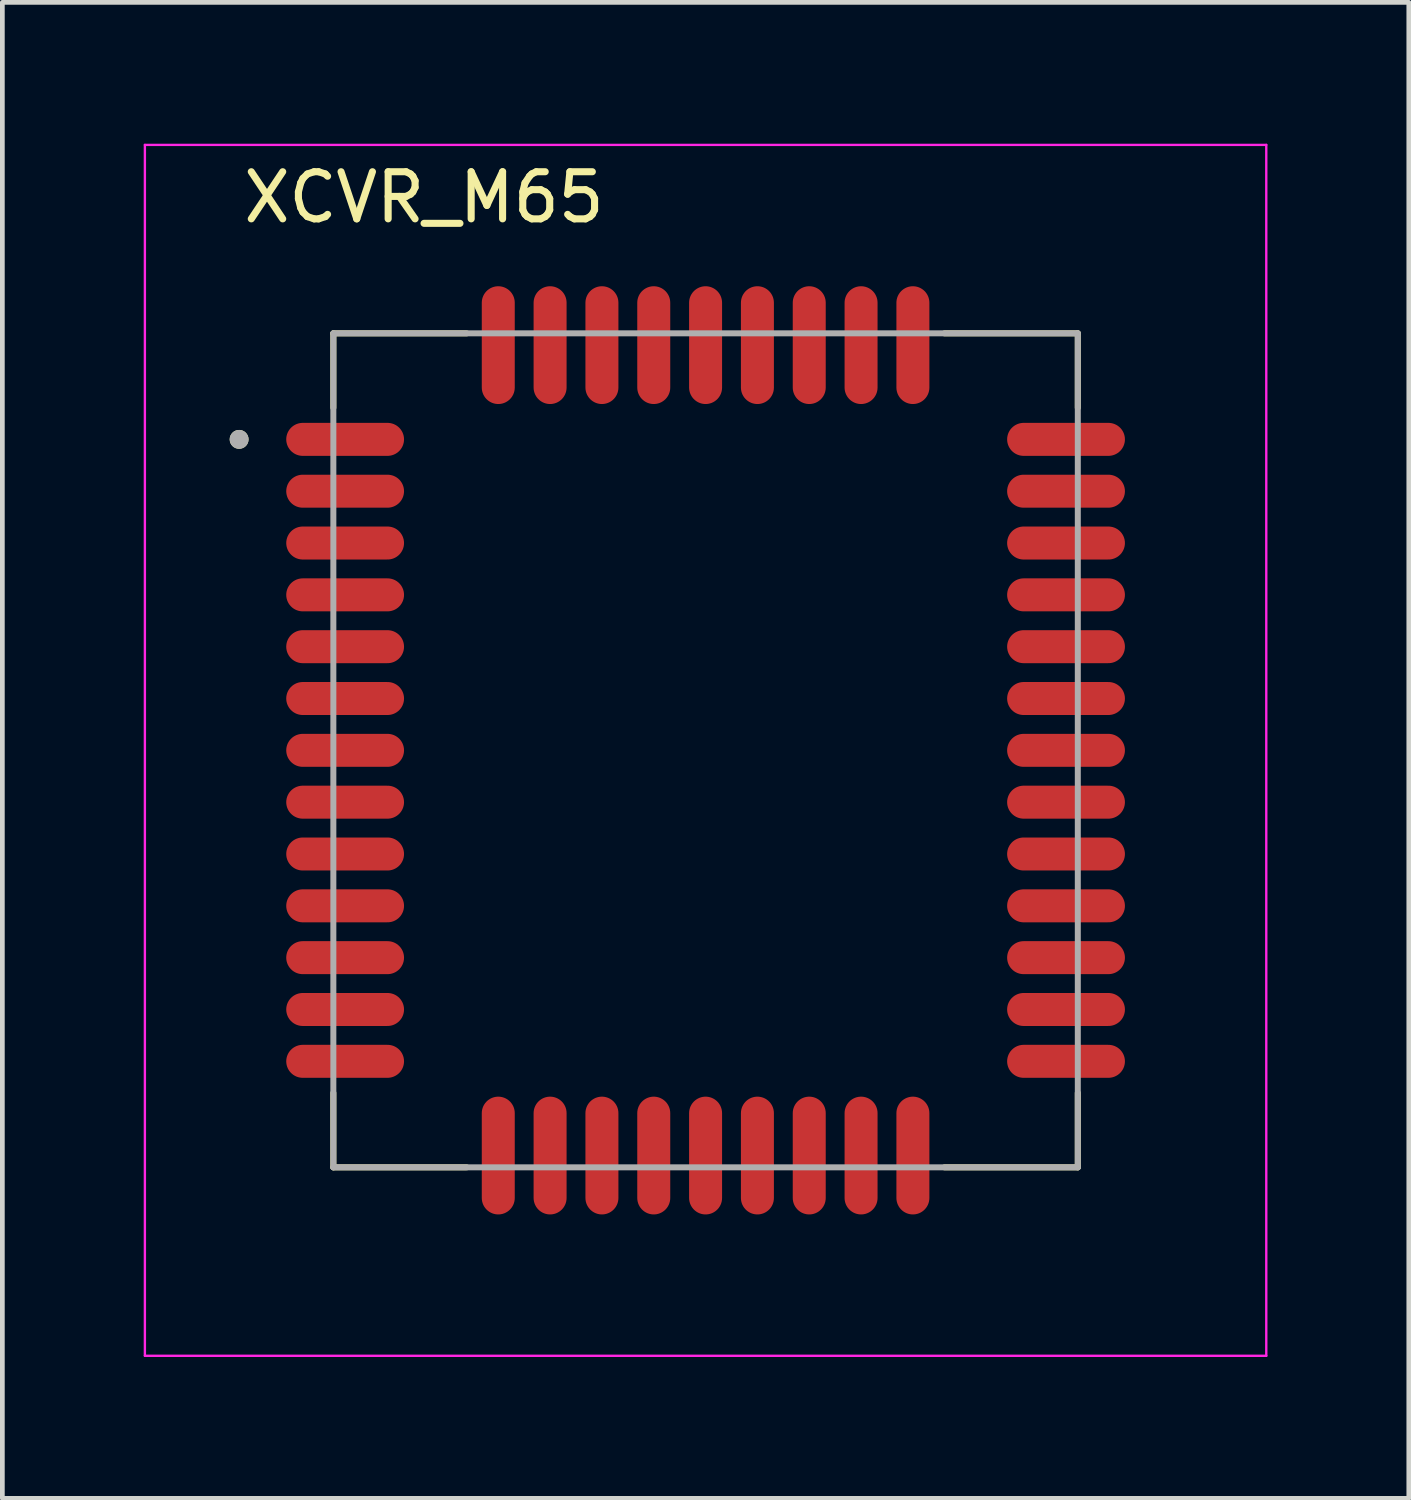
<source format=kicad_pcb>
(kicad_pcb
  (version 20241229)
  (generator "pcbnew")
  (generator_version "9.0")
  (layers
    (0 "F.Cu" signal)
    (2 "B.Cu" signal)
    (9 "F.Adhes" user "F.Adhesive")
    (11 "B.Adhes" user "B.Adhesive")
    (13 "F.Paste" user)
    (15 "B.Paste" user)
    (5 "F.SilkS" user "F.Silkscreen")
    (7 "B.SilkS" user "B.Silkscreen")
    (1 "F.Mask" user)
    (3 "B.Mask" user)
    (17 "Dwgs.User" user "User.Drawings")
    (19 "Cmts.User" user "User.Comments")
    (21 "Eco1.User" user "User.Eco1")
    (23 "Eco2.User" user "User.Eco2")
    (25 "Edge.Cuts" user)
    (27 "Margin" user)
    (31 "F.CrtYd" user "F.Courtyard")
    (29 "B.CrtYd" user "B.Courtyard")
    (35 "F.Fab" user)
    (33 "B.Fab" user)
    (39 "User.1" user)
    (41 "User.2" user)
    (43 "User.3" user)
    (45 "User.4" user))
  (footprint "XCVR_M65"
    (layer "F.Cu")
    (at 11.925 12.875)
    (property "Reference" "XCVR_M65" (at -5.975 -11.735 0) (layer "F.SilkS") (effects (font (size 1 1) (thickness 0.15))))
    (attr smd)
    (fp_line (start -7.9 -8.85) (end -5.07 -8.85) (stroke (width 0.127) (type solid)) (layer "F.SilkS"))
    (fp_line (start -7.9 -7.27) (end -7.9 -8.85) (stroke (width 0.127) (type solid)) (layer "F.SilkS"))
    (fp_line (start -7.9 8.85) (end -7.9 7.27) (stroke (width 0.127) (type solid)) (layer "F.SilkS"))
    (fp_line (start -5.07 8.85) (end -7.9 8.85) (stroke (width 0.127) (type solid)) (layer "F.SilkS"))
    (fp_line (start 5.07 -8.85) (end 7.9 -8.85) (stroke (width 0.127) (type solid)) (layer "F.SilkS"))
    (fp_line (start 7.9 -8.85) (end 7.9 -7.27) (stroke (width 0.127) (type solid)) (layer "F.SilkS"))
    (fp_line (start 7.9 8.85) (end 5.07 8.85) (stroke (width 0.127) (type solid)) (layer "F.SilkS"))
    (fp_line (start 7.9 8.85) (end 7.9 7.27) (stroke (width 0.127) (type solid)) (layer "F.SilkS"))
    (fp_circle (center -9.9 -6.6) (end -9.8 -6.6) (stroke (width 0.2) (type solid)) (fill no) (layer "F.SilkS"))
    (fp_poly (pts (xy -6.6 -6.737) (xy -6.6 -6.463) (xy -6.6 -6.454) (xy -6.601 -6.446) (xy -6.602 -6.437) (xy -6.603 -6.429) (xy -6.605 -6.421) (xy -6.608 -6.413) (xy -6.611 -6.405) (xy -6.614 -6.397) (xy -6.617 -6.39) (xy -6.621 -6.383) (xy -6.626 -6.375) (xy -6.631 -6.368) (xy -6.636 -6.362) (xy -6.641 -6.355) (xy -6.647 -6.349) (xy -6.653 -6.344) (xy -6.659 -6.338) (xy -6.666 -6.333) (xy -6.673 -6.328) (xy -6.68 -6.324) (xy -6.687 -6.32) (xy -6.695 -6.316) (xy -6.703 -6.313) (xy -6.711 -6.31) (xy -6.719 -6.308) (xy -6.727 -6.306) (xy -6.735 -6.304) (xy -6.743 -6.303) (xy -6.752 -6.303) (xy -6.76 -6.303) (xy -9.34 -6.303) (xy -9.348 -6.303) (xy -9.357 -6.303) (xy -9.365 -6.304) (xy -9.373 -6.306) (xy -9.381 -6.308) (xy -9.389 -6.31) (xy -9.397 -6.313) (xy -9.405 -6.316) (xy -9.413 -6.32) (xy -9.42 -6.324) (xy -9.427 -6.328) (xy -9.434 -6.333) (xy -9.441 -6.338) (xy -9.447 -6.344) (xy -9.453 -6.349) (xy -9.459 -6.355) (xy -9.464 -6.362) (xy -9.469 -6.368) (xy -9.474 -6.375) (xy -9.479 -6.383) (xy -9.483 -6.39) (xy -9.486 -6.397) (xy -9.489 -6.405) (xy -9.492 -6.413) (xy -9.495 -6.421) (xy -9.497 -6.429) (xy -9.498 -6.437) (xy -9.499 -6.446) (xy -9.5 -6.454) (xy -9.5 -6.463) (xy -9.5 -6.737) (xy -9.5 -6.746) (xy -9.499 -6.754) (xy -9.498 -6.763) (xy -9.497 -6.771) (xy -9.495 -6.779) (xy -9.492 -6.787) (xy -9.489 -6.795) (xy -9.486 -6.803) (xy -9.483 -6.81) (xy -9.479 -6.817) (xy -9.474 -6.825) (xy -9.469 -6.832) (xy -9.464 -6.838) (xy -9.459 -6.845) (xy -9.453 -6.851) (xy -9.447 -6.856) (xy -9.441 -6.862) (xy -9.434 -6.867) (xy -9.427 -6.872) (xy -9.42 -6.876) (xy -9.413 -6.88) (xy -9.405 -6.884) (xy -9.397 -6.887) (xy -9.389 -6.89) (xy -9.381 -6.892) (xy -9.373 -6.894) (xy -9.365 -6.896) (xy -9.357 -6.897) (xy -9.348 -6.897) (xy -9.34 -6.897) (xy -6.76 -6.897) (xy -6.752 -6.897) (xy -6.743 -6.897) (xy -6.735 -6.896) (xy -6.727 -6.894) (xy -6.719 -6.892) (xy -6.711 -6.89) (xy -6.703 -6.887) (xy -6.695 -6.884) (xy -6.687 -6.88) (xy -6.68 -6.876) (xy -6.673 -6.872) (xy -6.666 -6.867) (xy -6.659 -6.862) (xy -6.653 -6.856) (xy -6.647 -6.851) (xy -6.641 -6.845) (xy -6.636 -6.838) (xy -6.631 -6.832) (xy -6.626 -6.825) (xy -6.621 -6.817) (xy -6.617 -6.81) (xy -6.614 -6.803) (xy -6.611 -6.795) (xy -6.608 -6.787) (xy -6.605 -6.779) (xy -6.603 -6.771) (xy -6.602 -6.763) (xy -6.601 -6.754) (xy -6.6 -6.746) (xy -6.6 -6.737) (xy -6.6 -6.737)) (stroke (width 0.01) (type solid)) (fill yes) (layer "F.Paste"))
    (fp_poly (pts (xy -6.6 -5.638) (xy -6.6 -5.362) (xy -6.6 -5.354) (xy -6.601 -5.346) (xy -6.602 -5.337) (xy -6.603 -5.329) (xy -6.605 -5.321) (xy -6.608 -5.313) (xy -6.611 -5.305) (xy -6.614 -5.297) (xy -6.617 -5.29) (xy -6.621 -5.282) (xy -6.626 -5.275) (xy -6.631 -5.268) (xy -6.636 -5.262) (xy -6.641 -5.255) (xy -6.647 -5.249) (xy -6.653 -5.244) (xy -6.659 -5.238) (xy -6.666 -5.233) (xy -6.673 -5.228) (xy -6.68 -5.224) (xy -6.687 -5.22) (xy -6.695 -5.216) (xy -6.703 -5.213) (xy -6.711 -5.21) (xy -6.719 -5.208) (xy -6.727 -5.206) (xy -6.735 -5.204) (xy -6.743 -5.203) (xy -6.752 -5.203) (xy -6.76 -5.202) (xy -9.34 -5.202) (xy -9.348 -5.203) (xy -9.357 -5.203) (xy -9.365 -5.204) (xy -9.373 -5.206) (xy -9.381 -5.208) (xy -9.389 -5.21) (xy -9.397 -5.213) (xy -9.405 -5.216) (xy -9.413 -5.22) (xy -9.42 -5.224) (xy -9.427 -5.228) (xy -9.434 -5.233) (xy -9.441 -5.238) (xy -9.447 -5.244) (xy -9.453 -5.249) (xy -9.459 -5.255) (xy -9.464 -5.262) (xy -9.469 -5.268) (xy -9.474 -5.275) (xy -9.479 -5.282) (xy -9.483 -5.29) (xy -9.486 -5.297) (xy -9.489 -5.305) (xy -9.492 -5.313) (xy -9.495 -5.321) (xy -9.497 -5.329) (xy -9.498 -5.337) (xy -9.499 -5.346) (xy -9.5 -5.354) (xy -9.5 -5.362) (xy -9.5 -5.638) (xy -9.5 -5.646) (xy -9.499 -5.654) (xy -9.498 -5.663) (xy -9.497 -5.671) (xy -9.495 -5.679) (xy -9.492 -5.687) (xy -9.489 -5.695) (xy -9.486 -5.703) (xy -9.483 -5.71) (xy -9.479 -5.718) (xy -9.474 -5.725) (xy -9.469 -5.732) (xy -9.464 -5.738) (xy -9.459 -5.745) (xy -9.453 -5.751) (xy -9.447 -5.756) (xy -9.441 -5.762) (xy -9.434 -5.767) (xy -9.427 -5.772) (xy -9.42 -5.776) (xy -9.413 -5.78) (xy -9.405 -5.784) (xy -9.397 -5.787) (xy -9.389 -5.79) (xy -9.381 -5.792) (xy -9.373 -5.794) (xy -9.365 -5.796) (xy -9.357 -5.797) (xy -9.348 -5.797) (xy -9.34 -5.798) (xy -6.76 -5.798) (xy -6.752 -5.797) (xy -6.743 -5.797) (xy -6.735 -5.796) (xy -6.727 -5.794) (xy -6.719 -5.792) (xy -6.711 -5.79) (xy -6.703 -5.787) (xy -6.695 -5.784) (xy -6.687 -5.78) (xy -6.68 -5.776) (xy -6.673 -5.772) (xy -6.666 -5.767) (xy -6.659 -5.762) (xy -6.653 -5.756) (xy -6.647 -5.751) (xy -6.641 -5.745) (xy -6.636 -5.738) (xy -6.631 -5.732) (xy -6.626 -5.725) (xy -6.621 -5.718) (xy -6.617 -5.71) (xy -6.614 -5.703) (xy -6.611 -5.695) (xy -6.608 -5.687) (xy -6.605 -5.679) (xy -6.603 -5.671) (xy -6.602 -5.663) (xy -6.601 -5.654) (xy -6.6 -5.646) (xy -6.6 -5.638) (xy -6.6 -5.638)) (stroke (width 0.01) (type solid)) (fill yes) (layer "F.Paste"))
    (fp_poly (pts (xy -6.6 -4.537) (xy -6.6 -4.263) (xy -6.6 -4.254) (xy -6.601 -4.246) (xy -6.602 -4.237) (xy -6.603 -4.229) (xy -6.605 -4.221) (xy -6.608 -4.213) (xy -6.611 -4.205) (xy -6.614 -4.197) (xy -6.617 -4.19) (xy -6.621 -4.183) (xy -6.626 -4.175) (xy -6.631 -4.168) (xy -6.636 -4.162) (xy -6.641 -4.155) (xy -6.647 -4.149) (xy -6.653 -4.144) (xy -6.659 -4.138) (xy -6.666 -4.133) (xy -6.673 -4.128) (xy -6.68 -4.124) (xy -6.687 -4.12) (xy -6.695 -4.116) (xy -6.703 -4.113) (xy -6.711 -4.11) (xy -6.719 -4.108) (xy -6.727 -4.106) (xy -6.735 -4.104) (xy -6.743 -4.103) (xy -6.752 -4.103) (xy -6.76 -4.103) (xy -9.34 -4.103) (xy -9.348 -4.103) (xy -9.357 -4.103) (xy -9.365 -4.104) (xy -9.373 -4.106) (xy -9.381 -4.108) (xy -9.389 -4.11) (xy -9.397 -4.113) (xy -9.405 -4.116) (xy -9.413 -4.12) (xy -9.42 -4.124) (xy -9.427 -4.128) (xy -9.434 -4.133) (xy -9.441 -4.138) (xy -9.447 -4.144) (xy -9.453 -4.149) (xy -9.459 -4.155) (xy -9.464 -4.162) (xy -9.469 -4.168) (xy -9.474 -4.175) (xy -9.479 -4.183) (xy -9.483 -4.19) (xy -9.486 -4.197) (xy -9.489 -4.205) (xy -9.492 -4.213) (xy -9.495 -4.221) (xy -9.497 -4.229) (xy -9.498 -4.237) (xy -9.499 -4.246) (xy -9.5 -4.254) (xy -9.5 -4.263) (xy -9.5 -4.537) (xy -9.5 -4.546) (xy -9.499 -4.554) (xy -9.498 -4.563) (xy -9.497 -4.571) (xy -9.495 -4.579) (xy -9.492 -4.587) (xy -9.489 -4.595) (xy -9.486 -4.603) (xy -9.483 -4.61) (xy -9.479 -4.617) (xy -9.474 -4.625) (xy -9.469 -4.632) (xy -9.464 -4.638) (xy -9.459 -4.645) (xy -9.453 -4.651) (xy -9.447 -4.656) (xy -9.441 -4.662) (xy -9.434 -4.667) (xy -9.427 -4.672) (xy -9.42 -4.676) (xy -9.413 -4.68) (xy -9.405 -4.684) (xy -9.397 -4.687) (xy -9.389 -4.69) (xy -9.381 -4.692) (xy -9.373 -4.694) (xy -9.365 -4.696) (xy -9.357 -4.697) (xy -9.348 -4.697) (xy -9.34 -4.697) (xy -6.76 -4.697) (xy -6.752 -4.697) (xy -6.743 -4.697) (xy -6.735 -4.696) (xy -6.727 -4.694) (xy -6.719 -4.692) (xy -6.711 -4.69) (xy -6.703 -4.687) (xy -6.695 -4.684) (xy -6.687 -4.68) (xy -6.68 -4.676) (xy -6.673 -4.672) (xy -6.666 -4.667) (xy -6.659 -4.662) (xy -6.653 -4.656) (xy -6.647 -4.651) (xy -6.641 -4.645) (xy -6.636 -4.638) (xy -6.631 -4.632) (xy -6.626 -4.625) (xy -6.621 -4.617) (xy -6.617 -4.61) (xy -6.614 -4.603) (xy -6.611 -4.595) (xy -6.608 -4.587) (xy -6.605 -4.579) (xy -6.603 -4.571) (xy -6.602 -4.563) (xy -6.601 -4.554) (xy -6.6 -4.546) (xy -6.6 -4.537) (xy -6.6 -4.537)) (stroke (width 0.01) (type solid)) (fill yes) (layer "F.Paste"))
    (fp_poly (pts (xy -6.6 -3.438) (xy -6.6 -3.163) (xy -6.6 -3.154) (xy -6.601 -3.146) (xy -6.602 -3.137) (xy -6.603 -3.129) (xy -6.605 -3.121) (xy -6.608 -3.113) (xy -6.611 -3.105) (xy -6.614 -3.097) (xy -6.617 -3.09) (xy -6.621 -3.083) (xy -6.626 -3.075) (xy -6.631 -3.068) (xy -6.636 -3.062) (xy -6.641 -3.055) (xy -6.647 -3.049) (xy -6.653 -3.044) (xy -6.659 -3.038) (xy -6.666 -3.033) (xy -6.673 -3.028) (xy -6.68 -3.024) (xy -6.687 -3.02) (xy -6.695 -3.016) (xy -6.703 -3.013) (xy -6.711 -3.01) (xy -6.719 -3.008) (xy -6.727 -3.006) (xy -6.735 -3.004) (xy -6.743 -3.003) (xy -6.752 -3.003) (xy -6.76 -3.002) (xy -9.34 -3.002) (xy -9.348 -3.003) (xy -9.357 -3.003) (xy -9.365 -3.004) (xy -9.373 -3.006) (xy -9.381 -3.008) (xy -9.389 -3.01) (xy -9.397 -3.013) (xy -9.405 -3.016) (xy -9.413 -3.02) (xy -9.42 -3.024) (xy -9.427 -3.028) (xy -9.434 -3.033) (xy -9.441 -3.038) (xy -9.447 -3.044) (xy -9.453 -3.049) (xy -9.459 -3.055) (xy -9.464 -3.062) (xy -9.469 -3.068) (xy -9.474 -3.075) (xy -9.479 -3.083) (xy -9.483 -3.09) (xy -9.486 -3.097) (xy -9.489 -3.105) (xy -9.492 -3.113) (xy -9.495 -3.121) (xy -9.497 -3.129) (xy -9.498 -3.137) (xy -9.499 -3.146) (xy -9.5 -3.154) (xy -9.5 -3.163) (xy -9.5 -3.438) (xy -9.5 -3.446) (xy -9.499 -3.454) (xy -9.498 -3.463) (xy -9.497 -3.471) (xy -9.495 -3.479) (xy -9.492 -3.487) (xy -9.489 -3.495) (xy -9.486 -3.503) (xy -9.483 -3.51) (xy -9.479 -3.518) (xy -9.474 -3.525) (xy -9.469 -3.532) (xy -9.464 -3.538) (xy -9.459 -3.545) (xy -9.453 -3.551) (xy -9.447 -3.556) (xy -9.441 -3.562) (xy -9.434 -3.567) (xy -9.427 -3.572) (xy -9.42 -3.576) (xy -9.413 -3.58) (xy -9.405 -3.584) (xy -9.397 -3.587) (xy -9.389 -3.59) (xy -9.381 -3.592) (xy -9.373 -3.594) (xy -9.365 -3.596) (xy -9.357 -3.597) (xy -9.348 -3.597) (xy -9.34 -3.598) (xy -6.76 -3.598) (xy -6.752 -3.597) (xy -6.743 -3.597) (xy -6.735 -3.596) (xy -6.727 -3.594) (xy -6.719 -3.592) (xy -6.711 -3.59) (xy -6.703 -3.587) (xy -6.695 -3.584) (xy -6.687 -3.58) (xy -6.68 -3.576) (xy -6.673 -3.572) (xy -6.666 -3.567) (xy -6.659 -3.562) (xy -6.653 -3.556) (xy -6.647 -3.551) (xy -6.641 -3.545) (xy -6.636 -3.538) (xy -6.631 -3.532) (xy -6.626 -3.525) (xy -6.621 -3.518) (xy -6.617 -3.51) (xy -6.614 -3.503) (xy -6.611 -3.495) (xy -6.608 -3.487) (xy -6.605 -3.479) (xy -6.603 -3.471) (xy -6.602 -3.463) (xy -6.601 -3.454) (xy -6.6 -3.446) (xy -6.6 -3.438) (xy -6.6 -3.438)) (stroke (width 0.01) (type solid)) (fill yes) (layer "F.Paste"))
    (fp_poly (pts (xy -6.6 -2.337) (xy -6.6 -2.063) (xy -6.6 -2.054) (xy -6.601 -2.046) (xy -6.602 -2.037) (xy -6.603 -2.029) (xy -6.605 -2.021) (xy -6.608 -2.013) (xy -6.611 -2.005) (xy -6.614 -1.997) (xy -6.617 -1.99) (xy -6.621 -1.982) (xy -6.626 -1.975) (xy -6.631 -1.968) (xy -6.636 -1.962) (xy -6.641 -1.955) (xy -6.647 -1.949) (xy -6.653 -1.944) (xy -6.659 -1.938) (xy -6.666 -1.933) (xy -6.673 -1.928) (xy -6.68 -1.924) (xy -6.687 -1.92) (xy -6.695 -1.916) (xy -6.703 -1.913) (xy -6.711 -1.91) (xy -6.719 -1.908) (xy -6.727 -1.906) (xy -6.735 -1.904) (xy -6.743 -1.903) (xy -6.752 -1.903) (xy -6.76 -1.903) (xy -9.34 -1.903) (xy -9.348 -1.903) (xy -9.357 -1.903) (xy -9.365 -1.904) (xy -9.373 -1.906) (xy -9.381 -1.908) (xy -9.389 -1.91) (xy -9.397 -1.913) (xy -9.405 -1.916) (xy -9.413 -1.92) (xy -9.42 -1.924) (xy -9.427 -1.928) (xy -9.434 -1.933) (xy -9.441 -1.938) (xy -9.447 -1.944) (xy -9.453 -1.949) (xy -9.459 -1.955) (xy -9.464 -1.962) (xy -9.469 -1.968) (xy -9.474 -1.975) (xy -9.479 -1.982) (xy -9.483 -1.99) (xy -9.486 -1.997) (xy -9.489 -2.005) (xy -9.492 -2.013) (xy -9.495 -2.021) (xy -9.497 -2.029) (xy -9.498 -2.037) (xy -9.499 -2.046) (xy -9.5 -2.054) (xy -9.5 -2.063) (xy -9.5 -2.337) (xy -9.5 -2.346) (xy -9.499 -2.354) (xy -9.498 -2.363) (xy -9.497 -2.371) (xy -9.495 -2.379) (xy -9.492 -2.387) (xy -9.489 -2.395) (xy -9.486 -2.403) (xy -9.483 -2.41) (xy -9.479 -2.417) (xy -9.474 -2.425) (xy -9.469 -2.432) (xy -9.464 -2.438) (xy -9.459 -2.445) (xy -9.453 -2.451) (xy -9.447 -2.456) (xy -9.441 -2.462) (xy -9.434 -2.467) (xy -9.427 -2.472) (xy -9.42 -2.476) (xy -9.413 -2.48) (xy -9.405 -2.484) (xy -9.397 -2.487) (xy -9.389 -2.49) (xy -9.381 -2.492) (xy -9.373 -2.494) (xy -9.365 -2.496) (xy -9.357 -2.497) (xy -9.348 -2.497) (xy -9.34 -2.498) (xy -6.76 -2.498) (xy -6.752 -2.497) (xy -6.743 -2.497) (xy -6.735 -2.496) (xy -6.727 -2.494) (xy -6.719 -2.492) (xy -6.711 -2.49) (xy -6.703 -2.487) (xy -6.695 -2.484) (xy -6.687 -2.48) (xy -6.68 -2.476) (xy -6.673 -2.472) (xy -6.666 -2.467) (xy -6.659 -2.462) (xy -6.653 -2.456) (xy -6.647 -2.451) (xy -6.641 -2.445) (xy -6.636 -2.438) (xy -6.631 -2.432) (xy -6.626 -2.425) (xy -6.621 -2.417) (xy -6.617 -2.41) (xy -6.614 -2.403) (xy -6.611 -2.395) (xy -6.608 -2.387) (xy -6.605 -2.379) (xy -6.603 -2.371) (xy -6.602 -2.363) (xy -6.601 -2.354) (xy -6.6 -2.346) (xy -6.6 -2.337) (xy -6.6 -2.337)) (stroke (width 0.01) (type solid)) (fill yes) (layer "F.Paste"))
    (fp_poly (pts (xy -6.6 -1.238) (xy -6.6 -0.963) (xy -6.6 -0.954) (xy -6.601 -0.946) (xy -6.602 -0.937) (xy -6.603 -0.929) (xy -6.605 -0.921) (xy -6.608 -0.913) (xy -6.611 -0.905) (xy -6.614 -0.897) (xy -6.617 -0.89) (xy -6.621 -0.883) (xy -6.626 -0.875) (xy -6.631 -0.868) (xy -6.636 -0.862) (xy -6.641 -0.855) (xy -6.647 -0.849) (xy -6.653 -0.844) (xy -6.659 -0.838) (xy -6.666 -0.833) (xy -6.673 -0.828) (xy -6.68 -0.824) (xy -6.687 -0.82) (xy -6.695 -0.816) (xy -6.703 -0.813) (xy -6.711 -0.81) (xy -6.719 -0.808) (xy -6.727 -0.806) (xy -6.735 -0.804) (xy -6.743 -0.803) (xy -6.752 -0.803) (xy -6.76 -0.802) (xy -9.34 -0.802) (xy -9.348 -0.803) (xy -9.357 -0.803) (xy -9.365 -0.804) (xy -9.373 -0.806) (xy -9.381 -0.808) (xy -9.389 -0.81) (xy -9.397 -0.813) (xy -9.405 -0.816) (xy -9.413 -0.82) (xy -9.42 -0.824) (xy -9.427 -0.828) (xy -9.434 -0.833) (xy -9.441 -0.838) (xy -9.447 -0.844) (xy -9.453 -0.849) (xy -9.459 -0.855) (xy -9.464 -0.862) (xy -9.469 -0.868) (xy -9.474 -0.875) (xy -9.479 -0.883) (xy -9.483 -0.89) (xy -9.486 -0.897) (xy -9.489 -0.905) (xy -9.492 -0.913) (xy -9.495 -0.921) (xy -9.497 -0.929) (xy -9.498 -0.937) (xy -9.499 -0.946) (xy -9.5 -0.954) (xy -9.5 -0.963) (xy -9.5 -1.238) (xy -9.5 -1.246) (xy -9.499 -1.254) (xy -9.498 -1.263) (xy -9.497 -1.271) (xy -9.495 -1.279) (xy -9.492 -1.287) (xy -9.489 -1.295) (xy -9.486 -1.303) (xy -9.483 -1.31) (xy -9.479 -1.317) (xy -9.474 -1.325) (xy -9.469 -1.332) (xy -9.464 -1.338) (xy -9.459 -1.345) (xy -9.453 -1.351) (xy -9.447 -1.356) (xy -9.441 -1.362) (xy -9.434 -1.367) (xy -9.427 -1.372) (xy -9.42 -1.376) (xy -9.413 -1.38) (xy -9.405 -1.384) (xy -9.397 -1.387) (xy -9.389 -1.39) (xy -9.381 -1.392) (xy -9.373 -1.394) (xy -9.365 -1.396) (xy -9.357 -1.397) (xy -9.348 -1.397) (xy -9.34 -1.397) (xy -6.76 -1.397) (xy -6.752 -1.397) (xy -6.743 -1.397) (xy -6.735 -1.396) (xy -6.727 -1.394) (xy -6.719 -1.392) (xy -6.711 -1.39) (xy -6.703 -1.387) (xy -6.695 -1.384) (xy -6.687 -1.38) (xy -6.68 -1.376) (xy -6.673 -1.372) (xy -6.666 -1.367) (xy -6.659 -1.362) (xy -6.653 -1.356) (xy -6.647 -1.351) (xy -6.641 -1.345) (xy -6.636 -1.338) (xy -6.631 -1.332) (xy -6.626 -1.325) (xy -6.621 -1.317) (xy -6.617 -1.31) (xy -6.614 -1.303) (xy -6.611 -1.295) (xy -6.608 -1.287) (xy -6.605 -1.279) (xy -6.603 -1.271) (xy -6.602 -1.263) (xy -6.601 -1.254) (xy -6.6 -1.246) (xy -6.6 -1.238) (xy -6.6 -1.238)) (stroke (width 0.01) (type solid)) (fill yes) (layer "F.Paste"))
    (fp_poly (pts (xy -6.6 -0.138) (xy -6.6 0.138) (xy -6.6 0.146) (xy -6.601 0.154) (xy -6.602 0.163) (xy -6.603 0.171) (xy -6.605 0.179) (xy -6.608 0.187) (xy -6.611 0.195) (xy -6.614 0.203) (xy -6.617 0.21) (xy -6.621 0.217) (xy -6.626 0.225) (xy -6.631 0.232) (xy -6.636 0.238) (xy -6.641 0.245) (xy -6.647 0.251) (xy -6.653 0.256) (xy -6.659 0.262) (xy -6.666 0.267) (xy -6.673 0.272) (xy -6.68 0.276) (xy -6.687 0.28) (xy -6.695 0.284) (xy -6.703 0.287) (xy -6.711 0.29) (xy -6.719 0.292) (xy -6.727 0.294) (xy -6.735 0.296) (xy -6.743 0.297) (xy -6.752 0.297) (xy -6.76 0.297) (xy -9.34 0.297) (xy -9.348 0.297) (xy -9.357 0.297) (xy -9.365 0.296) (xy -9.373 0.294) (xy -9.381 0.292) (xy -9.389 0.29) (xy -9.397 0.287) (xy -9.405 0.284) (xy -9.413 0.28) (xy -9.42 0.276) (xy -9.427 0.272) (xy -9.434 0.267) (xy -9.441 0.262) (xy -9.447 0.256) (xy -9.453 0.251) (xy -9.459 0.245) (xy -9.464 0.238) (xy -9.469 0.232) (xy -9.474 0.225) (xy -9.479 0.217) (xy -9.483 0.21) (xy -9.486 0.203) (xy -9.489 0.195) (xy -9.492 0.187) (xy -9.495 0.179) (xy -9.497 0.171) (xy -9.498 0.163) (xy -9.499 0.154) (xy -9.5 0.146) (xy -9.5 0.138) (xy -9.5 -0.138) (xy -9.5 -0.146) (xy -9.499 -0.154) (xy -9.498 -0.163) (xy -9.497 -0.171) (xy -9.495 -0.179) (xy -9.492 -0.187) (xy -9.489 -0.195) (xy -9.486 -0.203) (xy -9.483 -0.21) (xy -9.479 -0.217) (xy -9.474 -0.225) (xy -9.469 -0.232) (xy -9.464 -0.238) (xy -9.459 -0.245) (xy -9.453 -0.251) (xy -9.447 -0.256) (xy -9.441 -0.262) (xy -9.434 -0.267) (xy -9.427 -0.272) (xy -9.42 -0.276) (xy -9.413 -0.28) (xy -9.405 -0.284) (xy -9.397 -0.287) (xy -9.389 -0.29) (xy -9.381 -0.292) (xy -9.373 -0.294) (xy -9.365 -0.296) (xy -9.357 -0.297) (xy -9.348 -0.297) (xy -9.34 -0.297) (xy -6.76 -0.297) (xy -6.752 -0.297) (xy -6.743 -0.297) (xy -6.735 -0.296) (xy -6.727 -0.294) (xy -6.719 -0.292) (xy -6.711 -0.29) (xy -6.703 -0.287) (xy -6.695 -0.284) (xy -6.687 -0.28) (xy -6.68 -0.276) (xy -6.673 -0.272) (xy -6.666 -0.267) (xy -6.659 -0.262) (xy -6.653 -0.256) (xy -6.647 -0.251) (xy -6.641 -0.245) (xy -6.636 -0.238) (xy -6.631 -0.232) (xy -6.626 -0.225) (xy -6.621 -0.217) (xy -6.617 -0.21) (xy -6.614 -0.203) (xy -6.611 -0.195) (xy -6.608 -0.187) (xy -6.605 -0.179) (xy -6.603 -0.171) (xy -6.602 -0.163) (xy -6.601 -0.154) (xy -6.6 -0.146) (xy -6.6 -0.138) (xy -6.6 -0.138)) (stroke (width 0.01) (type solid)) (fill yes) (layer "F.Paste"))
    (fp_poly (pts (xy -6.6 0.963) (xy -6.6 1.238) (xy -6.6 1.246) (xy -6.601 1.254) (xy -6.602 1.263) (xy -6.603 1.271) (xy -6.605 1.279) (xy -6.608 1.287) (xy -6.611 1.295) (xy -6.614 1.303) (xy -6.617 1.31) (xy -6.621 1.317) (xy -6.626 1.325) (xy -6.631 1.332) (xy -6.636 1.338) (xy -6.641 1.345) (xy -6.647 1.351) (xy -6.653 1.356) (xy -6.659 1.362) (xy -6.666 1.367) (xy -6.673 1.372) (xy -6.68 1.376) (xy -6.687 1.38) (xy -6.695 1.384) (xy -6.703 1.387) (xy -6.711 1.39) (xy -6.719 1.392) (xy -6.727 1.394) (xy -6.735 1.396) (xy -6.743 1.397) (xy -6.752 1.397) (xy -6.76 1.397) (xy -9.34 1.397) (xy -9.348 1.397) (xy -9.357 1.397) (xy -9.365 1.396) (xy -9.373 1.394) (xy -9.381 1.392) (xy -9.389 1.39) (xy -9.397 1.387) (xy -9.405 1.384) (xy -9.413 1.38) (xy -9.42 1.376) (xy -9.427 1.372) (xy -9.434 1.367) (xy -9.441 1.362) (xy -9.447 1.356) (xy -9.453 1.351) (xy -9.459 1.345) (xy -9.464 1.338) (xy -9.469 1.332) (xy -9.474 1.325) (xy -9.479 1.317) (xy -9.483 1.31) (xy -9.486 1.303) (xy -9.489 1.295) (xy -9.492 1.287) (xy -9.495 1.279) (xy -9.497 1.271) (xy -9.498 1.263) (xy -9.499 1.254) (xy -9.5 1.246) (xy -9.5 1.238) (xy -9.5 0.963) (xy -9.5 0.954) (xy -9.499 0.946) (xy -9.498 0.937) (xy -9.497 0.929) (xy -9.495 0.921) (xy -9.492 0.913) (xy -9.489 0.905) (xy -9.486 0.897) (xy -9.483 0.89) (xy -9.479 0.883) (xy -9.474 0.875) (xy -9.469 0.868) (xy -9.464 0.862) (xy -9.459 0.855) (xy -9.453 0.849) (xy -9.447 0.844) (xy -9.441 0.838) (xy -9.434 0.833) (xy -9.427 0.828) (xy -9.42 0.824) (xy -9.413 0.82) (xy -9.405 0.816) (xy -9.397 0.813) (xy -9.389 0.81) (xy -9.381 0.808) (xy -9.373 0.806) (xy -9.365 0.804) (xy -9.357 0.803) (xy -9.348 0.803) (xy -9.34 0.802) (xy -6.76 0.802) (xy -6.752 0.803) (xy -6.743 0.803) (xy -6.735 0.804) (xy -6.727 0.806) (xy -6.719 0.808) (xy -6.711 0.81) (xy -6.703 0.813) (xy -6.695 0.816) (xy -6.687 0.82) (xy -6.68 0.824) (xy -6.673 0.828) (xy -6.666 0.833) (xy -6.659 0.838) (xy -6.653 0.844) (xy -6.647 0.849) (xy -6.641 0.855) (xy -6.636 0.862) (xy -6.631 0.868) (xy -6.626 0.875) (xy -6.621 0.883) (xy -6.617 0.89) (xy -6.614 0.897) (xy -6.611 0.905) (xy -6.608 0.913) (xy -6.605 0.921) (xy -6.603 0.929) (xy -6.602 0.937) (xy -6.601 0.946) (xy -6.6 0.954) (xy -6.6 0.963) (xy -6.6 0.963)) (stroke (width 0.01) (type solid)) (fill yes) (layer "F.Paste"))
    (fp_poly (pts (xy -6.6 2.062) (xy -6.6 2.337) (xy -6.6 2.346) (xy -6.601 2.354) (xy -6.602 2.363) (xy -6.603 2.371) (xy -6.605 2.379) (xy -6.608 2.387) (xy -6.611 2.395) (xy -6.614 2.403) (xy -6.617 2.41) (xy -6.621 2.417) (xy -6.626 2.425) (xy -6.631 2.432) (xy -6.636 2.438) (xy -6.641 2.445) (xy -6.647 2.451) (xy -6.653 2.456) (xy -6.659 2.462) (xy -6.666 2.467) (xy -6.673 2.472) (xy -6.68 2.476) (xy -6.687 2.48) (xy -6.695 2.484) (xy -6.703 2.487) (xy -6.711 2.49) (xy -6.719 2.492) (xy -6.727 2.494) (xy -6.735 2.496) (xy -6.743 2.497) (xy -6.752 2.497) (xy -6.76 2.498) (xy -9.34 2.498) (xy -9.348 2.497) (xy -9.357 2.497) (xy -9.365 2.496) (xy -9.373 2.494) (xy -9.381 2.492) (xy -9.389 2.49) (xy -9.397 2.487) (xy -9.405 2.484) (xy -9.413 2.48) (xy -9.42 2.476) (xy -9.427 2.472) (xy -9.434 2.467) (xy -9.441 2.462) (xy -9.447 2.456) (xy -9.453 2.451) (xy -9.459 2.445) (xy -9.464 2.438) (xy -9.469 2.432) (xy -9.474 2.425) (xy -9.479 2.417) (xy -9.483 2.41) (xy -9.486 2.403) (xy -9.489 2.395) (xy -9.492 2.387) (xy -9.495 2.379) (xy -9.497 2.371) (xy -9.498 2.363) (xy -9.499 2.354) (xy -9.5 2.346) (xy -9.5 2.337) (xy -9.5 2.063) (xy -9.5 2.054) (xy -9.499 2.046) (xy -9.498 2.037) (xy -9.497 2.029) (xy -9.495 2.021) (xy -9.492 2.013) (xy -9.489 2.005) (xy -9.486 1.997) (xy -9.483 1.99) (xy -9.479 1.982) (xy -9.474 1.975) (xy -9.469 1.968) (xy -9.464 1.962) (xy -9.459 1.955) (xy -9.453 1.949) (xy -9.447 1.944) (xy -9.441 1.938) (xy -9.434 1.933) (xy -9.427 1.928) (xy -9.42 1.924) (xy -9.413 1.92) (xy -9.405 1.916) (xy -9.397 1.913) (xy -9.389 1.91) (xy -9.381 1.908) (xy -9.373 1.906) (xy -9.365 1.904) (xy -9.357 1.903) (xy -9.348 1.903) (xy -9.34 1.903) (xy -6.76 1.903) (xy -6.752 1.903) (xy -6.743 1.903) (xy -6.735 1.904) (xy -6.727 1.906) (xy -6.719 1.908) (xy -6.711 1.91) (xy -6.703 1.913) (xy -6.695 1.916) (xy -6.687 1.92) (xy -6.68 1.924) (xy -6.673 1.928) (xy -6.666 1.933) (xy -6.659 1.938) (xy -6.653 1.944) (xy -6.647 1.949) (xy -6.641 1.955) (xy -6.636 1.962) (xy -6.631 1.968) (xy -6.626 1.975) (xy -6.621 1.982) (xy -6.617 1.99) (xy -6.614 1.997) (xy -6.611 2.005) (xy -6.608 2.013) (xy -6.605 2.021) (xy -6.603 2.029) (xy -6.602 2.037) (xy -6.601 2.046) (xy -6.6 2.054) (xy -6.6 2.063) (xy -6.6 2.062)) (stroke (width 0.01) (type solid)) (fill yes) (layer "F.Paste"))
    (fp_poly (pts (xy -6.6 3.163) (xy -6.6 3.438) (xy -6.6 3.446) (xy -6.601 3.454) (xy -6.602 3.463) (xy -6.603 3.471) (xy -6.605 3.479) (xy -6.608 3.487) (xy -6.611 3.495) (xy -6.614 3.503) (xy -6.617 3.51) (xy -6.621 3.518) (xy -6.626 3.525) (xy -6.631 3.532) (xy -6.636 3.538) (xy -6.641 3.545) (xy -6.647 3.551) (xy -6.653 3.556) (xy -6.659 3.562) (xy -6.666 3.567) (xy -6.673 3.572) (xy -6.68 3.576) (xy -6.687 3.58) (xy -6.695 3.584) (xy -6.703 3.587) (xy -6.711 3.59) (xy -6.719 3.592) (xy -6.727 3.594) (xy -6.735 3.596) (xy -6.743 3.597) (xy -6.752 3.597) (xy -6.76 3.598) (xy -9.34 3.598) (xy -9.348 3.597) (xy -9.357 3.597) (xy -9.365 3.596) (xy -9.373 3.594) (xy -9.381 3.592) (xy -9.389 3.59) (xy -9.397 3.587) (xy -9.405 3.584) (xy -9.413 3.58) (xy -9.42 3.576) (xy -9.427 3.572) (xy -9.434 3.567) (xy -9.441 3.562) (xy -9.447 3.556) (xy -9.453 3.551) (xy -9.459 3.545) (xy -9.464 3.538) (xy -9.469 3.532) (xy -9.474 3.525) (xy -9.479 3.518) (xy -9.483 3.51) (xy -9.486 3.503) (xy -9.489 3.495) (xy -9.492 3.487) (xy -9.495 3.479) (xy -9.497 3.471) (xy -9.498 3.463) (xy -9.499 3.454) (xy -9.5 3.446) (xy -9.5 3.438) (xy -9.5 3.163) (xy -9.5 3.154) (xy -9.499 3.146) (xy -9.498 3.137) (xy -9.497 3.129) (xy -9.495 3.121) (xy -9.492 3.113) (xy -9.489 3.105) (xy -9.486 3.097) (xy -9.483 3.09) (xy -9.479 3.083) (xy -9.474 3.075) (xy -9.469 3.068) (xy -9.464 3.062) (xy -9.459 3.055) (xy -9.453 3.049) (xy -9.447 3.044) (xy -9.441 3.038) (xy -9.434 3.033) (xy -9.427 3.028) (xy -9.42 3.024) (xy -9.413 3.02) (xy -9.405 3.016) (xy -9.397 3.013) (xy -9.389 3.01) (xy -9.381 3.008) (xy -9.373 3.006) (xy -9.365 3.004) (xy -9.357 3.003) (xy -9.348 3.003) (xy -9.34 3.002) (xy -6.76 3.002) (xy -6.752 3.003) (xy -6.743 3.003) (xy -6.735 3.004) (xy -6.727 3.006) (xy -6.719 3.008) (xy -6.711 3.01) (xy -6.703 3.013) (xy -6.695 3.016) (xy -6.687 3.02) (xy -6.68 3.024) (xy -6.673 3.028) (xy -6.666 3.033) (xy -6.659 3.038) (xy -6.653 3.044) (xy -6.647 3.049) (xy -6.641 3.055) (xy -6.636 3.062) (xy -6.631 3.068) (xy -6.626 3.075) (xy -6.621 3.083) (xy -6.617 3.09) (xy -6.614 3.097) (xy -6.611 3.105) (xy -6.608 3.113) (xy -6.605 3.121) (xy -6.603 3.129) (xy -6.602 3.137) (xy -6.601 3.146) (xy -6.6 3.154) (xy -6.6 3.163) (xy -6.6 3.163)) (stroke (width 0.01) (type solid)) (fill yes) (layer "F.Paste"))
    (fp_poly (pts (xy -6.6 4.263) (xy -6.6 4.537) (xy -6.6 4.546) (xy -6.601 4.554) (xy -6.602 4.563) (xy -6.603 4.571) (xy -6.605 4.579) (xy -6.608 4.587) (xy -6.611 4.595) (xy -6.614 4.603) (xy -6.617 4.61) (xy -6.621 4.617) (xy -6.626 4.625) (xy -6.631 4.632) (xy -6.636 4.638) (xy -6.641 4.645) (xy -6.647 4.651) (xy -6.653 4.656) (xy -6.659 4.662) (xy -6.666 4.667) (xy -6.673 4.672) (xy -6.68 4.676) (xy -6.687 4.68) (xy -6.695 4.684) (xy -6.703 4.687) (xy -6.711 4.69) (xy -6.719 4.692) (xy -6.727 4.694) (xy -6.735 4.696) (xy -6.743 4.697) (xy -6.752 4.697) (xy -6.76 4.697) (xy -9.34 4.697) (xy -9.348 4.697) (xy -9.357 4.697) (xy -9.365 4.696) (xy -9.373 4.694) (xy -9.381 4.692) (xy -9.389 4.69) (xy -9.397 4.687) (xy -9.405 4.684) (xy -9.413 4.68) (xy -9.42 4.676) (xy -9.427 4.672) (xy -9.434 4.667) (xy -9.441 4.662) (xy -9.447 4.656) (xy -9.453 4.651) (xy -9.459 4.645) (xy -9.464 4.638) (xy -9.469 4.632) (xy -9.474 4.625) (xy -9.479 4.617) (xy -9.483 4.61) (xy -9.486 4.603) (xy -9.489 4.595) (xy -9.492 4.587) (xy -9.495 4.579) (xy -9.497 4.571) (xy -9.498 4.563) (xy -9.499 4.554) (xy -9.5 4.546) (xy -9.5 4.537) (xy -9.5 4.263) (xy -9.5 4.254) (xy -9.499 4.246) (xy -9.498 4.237) (xy -9.497 4.229) (xy -9.495 4.221) (xy -9.492 4.213) (xy -9.489 4.205) (xy -9.486 4.197) (xy -9.483 4.19) (xy -9.479 4.183) (xy -9.474 4.175) (xy -9.469 4.168) (xy -9.464 4.162) (xy -9.459 4.155) (xy -9.453 4.149) (xy -9.447 4.144) (xy -9.441 4.138) (xy -9.434 4.133) (xy -9.427 4.128) (xy -9.42 4.124) (xy -9.413 4.12) (xy -9.405 4.116) (xy -9.397 4.113) (xy -9.389 4.11) (xy -9.381 4.108) (xy -9.373 4.106) (xy -9.365 4.104) (xy -9.357 4.103) (xy -9.348 4.103) (xy -9.34 4.103) (xy -6.76 4.103) (xy -6.752 4.103) (xy -6.743 4.103) (xy -6.735 4.104) (xy -6.727 4.106) (xy -6.719 4.108) (xy -6.711 4.11) (xy -6.703 4.113) (xy -6.695 4.116) (xy -6.687 4.12) (xy -6.68 4.124) (xy -6.673 4.128) (xy -6.666 4.133) (xy -6.659 4.138) (xy -6.653 4.144) (xy -6.647 4.149) (xy -6.641 4.155) (xy -6.636 4.162) (xy -6.631 4.168) (xy -6.626 4.175) (xy -6.621 4.183) (xy -6.617 4.19) (xy -6.614 4.197) (xy -6.611 4.205) (xy -6.608 4.213) (xy -6.605 4.221) (xy -6.603 4.229) (xy -6.602 4.237) (xy -6.601 4.246) (xy -6.6 4.254) (xy -6.6 4.263) (xy -6.6 4.263)) (stroke (width 0.01) (type solid)) (fill yes) (layer "F.Paste"))
    (fp_poly (pts (xy -6.6 5.362) (xy -6.6 5.638) (xy -6.6 5.646) (xy -6.601 5.654) (xy -6.602 5.663) (xy -6.603 5.671) (xy -6.605 5.679) (xy -6.608 5.687) (xy -6.611 5.695) (xy -6.614 5.703) (xy -6.617 5.71) (xy -6.621 5.718) (xy -6.626 5.725) (xy -6.631 5.732) (xy -6.636 5.738) (xy -6.641 5.745) (xy -6.647 5.751) (xy -6.653 5.756) (xy -6.659 5.762) (xy -6.666 5.767) (xy -6.673 5.772) (xy -6.68 5.776) (xy -6.687 5.78) (xy -6.695 5.784) (xy -6.703 5.787) (xy -6.711 5.79) (xy -6.719 5.792) (xy -6.727 5.794) (xy -6.735 5.796) (xy -6.743 5.797) (xy -6.752 5.797) (xy -6.76 5.798) (xy -9.34 5.798) (xy -9.348 5.797) (xy -9.357 5.797) (xy -9.365 5.796) (xy -9.373 5.794) (xy -9.381 5.792) (xy -9.389 5.79) (xy -9.397 5.787) (xy -9.405 5.784) (xy -9.413 5.78) (xy -9.42 5.776) (xy -9.427 5.772) (xy -9.434 5.767) (xy -9.441 5.762) (xy -9.447 5.756) (xy -9.453 5.751) (xy -9.459 5.745) (xy -9.464 5.738) (xy -9.469 5.732) (xy -9.474 5.725) (xy -9.479 5.718) (xy -9.483 5.71) (xy -9.486 5.703) (xy -9.489 5.695) (xy -9.492 5.687) (xy -9.495 5.679) (xy -9.497 5.671) (xy -9.498 5.663) (xy -9.499 5.654) (xy -9.5 5.646) (xy -9.5 5.638) (xy -9.5 5.362) (xy -9.5 5.354) (xy -9.499 5.346) (xy -9.498 5.337) (xy -9.497 5.329) (xy -9.495 5.321) (xy -9.492 5.313) (xy -9.489 5.305) (xy -9.486 5.297) (xy -9.483 5.29) (xy -9.479 5.282) (xy -9.474 5.275) (xy -9.469 5.268) (xy -9.464 5.262) (xy -9.459 5.255) (xy -9.453 5.249) (xy -9.447 5.244) (xy -9.441 5.238) (xy -9.434 5.233) (xy -9.427 5.228) (xy -9.42 5.224) (xy -9.413 5.22) (xy -9.405 5.216) (xy -9.397 5.213) (xy -9.389 5.21) (xy -9.381 5.208) (xy -9.373 5.206) (xy -9.365 5.204) (xy -9.357 5.203) (xy -9.348 5.203) (xy -9.34 5.202) (xy -6.76 5.202) (xy -6.752 5.203) (xy -6.743 5.203) (xy -6.735 5.204) (xy -6.727 5.206) (xy -6.719 5.208) (xy -6.711 5.21) (xy -6.703 5.213) (xy -6.695 5.216) (xy -6.687 5.22) (xy -6.68 5.224) (xy -6.673 5.228) (xy -6.666 5.233) (xy -6.659 5.238) (xy -6.653 5.244) (xy -6.647 5.249) (xy -6.641 5.255) (xy -6.636 5.262) (xy -6.631 5.268) (xy -6.626 5.275) (xy -6.621 5.282) (xy -6.617 5.29) (xy -6.614 5.297) (xy -6.611 5.305) (xy -6.608 5.313) (xy -6.605 5.321) (xy -6.603 5.329) (xy -6.602 5.337) (xy -6.601 5.346) (xy -6.6 5.354) (xy -6.6 5.362) (xy -6.6 5.362)) (stroke (width 0.01) (type solid)) (fill yes) (layer "F.Paste"))
    (fp_poly (pts (xy -6.6 6.463) (xy -6.6 6.737) (xy -6.6 6.746) (xy -6.601 6.754) (xy -6.602 6.763) (xy -6.603 6.771) (xy -6.605 6.779) (xy -6.608 6.787) (xy -6.611 6.795) (xy -6.614 6.803) (xy -6.617 6.81) (xy -6.621 6.817) (xy -6.626 6.825) (xy -6.631 6.832) (xy -6.636 6.838) (xy -6.641 6.845) (xy -6.647 6.851) (xy -6.653 6.856) (xy -6.659 6.862) (xy -6.666 6.867) (xy -6.673 6.872) (xy -6.68 6.876) (xy -6.687 6.88) (xy -6.695 6.884) (xy -6.703 6.887) (xy -6.711 6.89) (xy -6.719 6.892) (xy -6.727 6.894) (xy -6.735 6.896) (xy -6.743 6.897) (xy -6.752 6.897) (xy -6.76 6.897) (xy -9.34 6.897) (xy -9.348 6.897) (xy -9.357 6.897) (xy -9.365 6.896) (xy -9.373 6.894) (xy -9.381 6.892) (xy -9.389 6.89) (xy -9.397 6.887) (xy -9.405 6.884) (xy -9.413 6.88) (xy -9.42 6.876) (xy -9.427 6.872) (xy -9.434 6.867) (xy -9.441 6.862) (xy -9.447 6.856) (xy -9.453 6.851) (xy -9.459 6.845) (xy -9.464 6.838) (xy -9.469 6.832) (xy -9.474 6.825) (xy -9.479 6.817) (xy -9.483 6.81) (xy -9.486 6.803) (xy -9.489 6.795) (xy -9.492 6.787) (xy -9.495 6.779) (xy -9.497 6.771) (xy -9.498 6.763) (xy -9.499 6.754) (xy -9.5 6.746) (xy -9.5 6.737) (xy -9.5 6.463) (xy -9.5 6.454) (xy -9.499 6.446) (xy -9.498 6.437) (xy -9.497 6.429) (xy -9.495 6.421) (xy -9.492 6.413) (xy -9.489 6.405) (xy -9.486 6.397) (xy -9.483 6.39) (xy -9.479 6.383) (xy -9.474 6.375) (xy -9.469 6.368) (xy -9.464 6.362) (xy -9.459 6.355) (xy -9.453 6.349) (xy -9.447 6.344) (xy -9.441 6.338) (xy -9.434 6.333) (xy -9.427 6.328) (xy -9.42 6.324) (xy -9.413 6.32) (xy -9.405 6.316) (xy -9.397 6.313) (xy -9.389 6.31) (xy -9.381 6.308) (xy -9.373 6.306) (xy -9.365 6.304) (xy -9.357 6.303) (xy -9.348 6.303) (xy -9.34 6.303) (xy -6.76 6.303) (xy -6.752 6.303) (xy -6.743 6.303) (xy -6.735 6.304) (xy -6.727 6.306) (xy -6.719 6.308) (xy -6.711 6.31) (xy -6.703 6.313) (xy -6.695 6.316) (xy -6.687 6.32) (xy -6.68 6.324) (xy -6.673 6.328) (xy -6.666 6.333) (xy -6.659 6.338) (xy -6.653 6.344) (xy -6.647 6.349) (xy -6.641 6.355) (xy -6.636 6.362) (xy -6.631 6.368) (xy -6.626 6.375) (xy -6.621 6.383) (xy -6.617 6.39) (xy -6.614 6.397) (xy -6.611 6.405) (xy -6.608 6.413) (xy -6.605 6.421) (xy -6.603 6.429) (xy -6.602 6.437) (xy -6.601 6.446) (xy -6.6 6.454) (xy -6.6 6.463) (xy -6.6 6.463)) (stroke (width 0.01) (type solid)) (fill yes) (layer "F.Paste"))
    (fp_poly (pts (xy -4.537 -10.45) (xy -4.263 -10.45) (xy -4.254 -10.45) (xy -4.246 -10.449) (xy -4.237 -10.448) (xy -4.229 -10.447) (xy -4.221 -10.445) (xy -4.213 -10.442) (xy -4.205 -10.439) (xy -4.197 -10.436) (xy -4.19 -10.433) (xy -4.183 -10.429) (xy -4.175 -10.424) (xy -4.168 -10.419) (xy -4.162 -10.414) (xy -4.155 -10.409) (xy -4.149 -10.403) (xy -4.144 -10.397) (xy -4.138 -10.391) (xy -4.133 -10.384) (xy -4.128 -10.377) (xy -4.124 -10.37) (xy -4.12 -10.363) (xy -4.116 -10.355) (xy -4.113 -10.347) (xy -4.11 -10.339) (xy -4.108 -10.331) (xy -4.106 -10.323) (xy -4.104 -10.315) (xy -4.103 -10.307) (xy -4.103 -10.298) (xy -4.103 -10.29) (xy -4.103 -7.71) (xy -4.103 -7.702) (xy -4.103 -7.693) (xy -4.104 -7.685) (xy -4.106 -7.677) (xy -4.108 -7.669) (xy -4.11 -7.661) (xy -4.113 -7.653) (xy -4.116 -7.645) (xy -4.12 -7.637) (xy -4.124 -7.63) (xy -4.128 -7.623) (xy -4.133 -7.616) (xy -4.138 -7.609) (xy -4.144 -7.603) (xy -4.149 -7.597) (xy -4.155 -7.591) (xy -4.162 -7.586) (xy -4.168 -7.581) (xy -4.175 -7.576) (xy -4.183 -7.571) (xy -4.19 -7.567) (xy -4.197 -7.564) (xy -4.205 -7.561) (xy -4.213 -7.558) (xy -4.221 -7.555) (xy -4.229 -7.553) (xy -4.237 -7.552) (xy -4.246 -7.551) (xy -4.254 -7.55) (xy -4.263 -7.55) (xy -4.537 -7.55) (xy -4.546 -7.55) (xy -4.554 -7.551) (xy -4.563 -7.552) (xy -4.571 -7.553) (xy -4.579 -7.555) (xy -4.587 -7.558) (xy -4.595 -7.561) (xy -4.603 -7.564) (xy -4.61 -7.567) (xy -4.617 -7.571) (xy -4.625 -7.576) (xy -4.632 -7.581) (xy -4.638 -7.586) (xy -4.645 -7.591) (xy -4.651 -7.597) (xy -4.656 -7.603) (xy -4.662 -7.609) (xy -4.667 -7.616) (xy -4.672 -7.623) (xy -4.676 -7.63) (xy -4.68 -7.637) (xy -4.684 -7.645) (xy -4.687 -7.653) (xy -4.69 -7.661) (xy -4.692 -7.669) (xy -4.694 -7.677) (xy -4.696 -7.685) (xy -4.697 -7.693) (xy -4.697 -7.702) (xy -4.697 -7.71) (xy -4.697 -10.29) (xy -4.697 -10.298) (xy -4.697 -10.307) (xy -4.696 -10.315) (xy -4.694 -10.323) (xy -4.692 -10.331) (xy -4.69 -10.339) (xy -4.687 -10.347) (xy -4.684 -10.355) (xy -4.68 -10.363) (xy -4.676 -10.37) (xy -4.672 -10.377) (xy -4.667 -10.384) (xy -4.662 -10.391) (xy -4.656 -10.397) (xy -4.651 -10.403) (xy -4.645 -10.409) (xy -4.638 -10.414) (xy -4.632 -10.419) (xy -4.625 -10.424) (xy -4.617 -10.429) (xy -4.61 -10.433) (xy -4.603 -10.436) (xy -4.595 -10.439) (xy -4.587 -10.442) (xy -4.579 -10.445) (xy -4.571 -10.447) (xy -4.563 -10.448) (xy -4.554 -10.449) (xy -4.546 -10.45) (xy -4.537 -10.45) (xy -4.537 -10.45)) (stroke (width 0.01) (type solid)) (fill yes) (layer "F.Paste"))
    (fp_poly (pts (xy -4.537 7.55) (xy -4.263 7.55) (xy -4.254 7.55) (xy -4.246 7.551) (xy -4.237 7.552) (xy -4.229 7.553) (xy -4.221 7.555) (xy -4.213 7.558) (xy -4.205 7.561) (xy -4.197 7.564) (xy -4.19 7.567) (xy -4.183 7.571) (xy -4.175 7.576) (xy -4.168 7.581) (xy -4.162 7.586) (xy -4.155 7.591) (xy -4.149 7.597) (xy -4.144 7.603) (xy -4.138 7.609) (xy -4.133 7.616) (xy -4.128 7.623) (xy -4.124 7.63) (xy -4.12 7.637) (xy -4.116 7.645) (xy -4.113 7.653) (xy -4.11 7.661) (xy -4.108 7.669) (xy -4.106 7.677) (xy -4.104 7.685) (xy -4.103 7.693) (xy -4.103 7.702) (xy -4.103 7.71) (xy -4.103 10.29) (xy -4.103 10.298) (xy -4.103 10.307) (xy -4.104 10.315) (xy -4.106 10.323) (xy -4.108 10.331) (xy -4.11 10.339) (xy -4.113 10.347) (xy -4.116 10.355) (xy -4.12 10.363) (xy -4.124 10.37) (xy -4.128 10.377) (xy -4.133 10.384) (xy -4.138 10.391) (xy -4.144 10.397) (xy -4.149 10.403) (xy -4.155 10.409) (xy -4.162 10.414) (xy -4.168 10.419) (xy -4.175 10.424) (xy -4.183 10.429) (xy -4.19 10.433) (xy -4.197 10.436) (xy -4.205 10.439) (xy -4.213 10.442) (xy -4.221 10.445) (xy -4.229 10.447) (xy -4.237 10.448) (xy -4.246 10.449) (xy -4.254 10.45) (xy -4.263 10.45) (xy -4.537 10.45) (xy -4.546 10.45) (xy -4.554 10.449) (xy -4.563 10.448) (xy -4.571 10.447) (xy -4.579 10.445) (xy -4.587 10.442) (xy -4.595 10.439) (xy -4.603 10.436) (xy -4.61 10.433) (xy -4.617 10.429) (xy -4.625 10.424) (xy -4.632 10.419) (xy -4.638 10.414) (xy -4.645 10.409) (xy -4.651 10.403) (xy -4.656 10.397) (xy -4.662 10.391) (xy -4.667 10.384) (xy -4.672 10.377) (xy -4.676 10.37) (xy -4.68 10.363) (xy -4.684 10.355) (xy -4.687 10.347) (xy -4.69 10.339) (xy -4.692 10.331) (xy -4.694 10.323) (xy -4.696 10.315) (xy -4.697 10.307) (xy -4.697 10.298) (xy -4.697 10.29) (xy -4.697 7.71) (xy -4.697 7.702) (xy -4.697 7.693) (xy -4.696 7.685) (xy -4.694 7.677) (xy -4.692 7.669) (xy -4.69 7.661) (xy -4.687 7.653) (xy -4.684 7.645) (xy -4.68 7.637) (xy -4.676 7.63) (xy -4.672 7.623) (xy -4.667 7.616) (xy -4.662 7.609) (xy -4.656 7.603) (xy -4.651 7.597) (xy -4.645 7.591) (xy -4.638 7.586) (xy -4.632 7.581) (xy -4.625 7.576) (xy -4.617 7.571) (xy -4.61 7.567) (xy -4.603 7.564) (xy -4.595 7.561) (xy -4.587 7.558) (xy -4.579 7.555) (xy -4.571 7.553) (xy -4.563 7.552) (xy -4.554 7.551) (xy -4.546 7.55) (xy -4.537 7.55) (xy -4.537 7.55)) (stroke (width 0.01) (type solid)) (fill yes) (layer "F.Paste"))
    (fp_poly (pts (xy -3.438 -10.45) (xy -3.163 -10.45) (xy -3.154 -10.45) (xy -3.146 -10.449) (xy -3.137 -10.448) (xy -3.129 -10.447) (xy -3.121 -10.445) (xy -3.113 -10.442) (xy -3.105 -10.439) (xy -3.097 -10.436) (xy -3.09 -10.433) (xy -3.083 -10.429) (xy -3.075 -10.424) (xy -3.068 -10.419) (xy -3.062 -10.414) (xy -3.055 -10.409) (xy -3.049 -10.403) (xy -3.044 -10.397) (xy -3.038 -10.391) (xy -3.033 -10.384) (xy -3.028 -10.377) (xy -3.024 -10.37) (xy -3.02 -10.363) (xy -3.016 -10.355) (xy -3.013 -10.347) (xy -3.01 -10.339) (xy -3.008 -10.331) (xy -3.006 -10.323) (xy -3.004 -10.315) (xy -3.003 -10.307) (xy -3.003 -10.298) (xy -3.002 -10.29) (xy -3.002 -7.71) (xy -3.003 -7.702) (xy -3.003 -7.693) (xy -3.004 -7.685) (xy -3.006 -7.677) (xy -3.008 -7.669) (xy -3.01 -7.661) (xy -3.013 -7.653) (xy -3.016 -7.645) (xy -3.02 -7.637) (xy -3.024 -7.63) (xy -3.028 -7.623) (xy -3.033 -7.616) (xy -3.038 -7.609) (xy -3.044 -7.603) (xy -3.049 -7.597) (xy -3.055 -7.591) (xy -3.062 -7.586) (xy -3.068 -7.581) (xy -3.075 -7.576) (xy -3.083 -7.571) (xy -3.09 -7.567) (xy -3.097 -7.564) (xy -3.105 -7.561) (xy -3.113 -7.558) (xy -3.121 -7.555) (xy -3.129 -7.553) (xy -3.137 -7.552) (xy -3.146 -7.551) (xy -3.154 -7.55) (xy -3.163 -7.55) (xy -3.438 -7.55) (xy -3.446 -7.55) (xy -3.454 -7.551) (xy -3.463 -7.552) (xy -3.471 -7.553) (xy -3.479 -7.555) (xy -3.487 -7.558) (xy -3.495 -7.561) (xy -3.503 -7.564) (xy -3.51 -7.567) (xy -3.518 -7.571) (xy -3.525 -7.576) (xy -3.532 -7.581) (xy -3.538 -7.586) (xy -3.545 -7.591) (xy -3.551 -7.597) (xy -3.556 -7.603) (xy -3.562 -7.609) (xy -3.567 -7.616) (xy -3.572 -7.623) (xy -3.576 -7.63) (xy -3.58 -7.637) (xy -3.584 -7.645) (xy -3.587 -7.653) (xy -3.59 -7.661) (xy -3.592 -7.669) (xy -3.594 -7.677) (xy -3.596 -7.685) (xy -3.597 -7.693) (xy -3.597 -7.702) (xy -3.598 -7.71) (xy -3.598 -10.29) (xy -3.597 -10.298) (xy -3.597 -10.307) (xy -3.596 -10.315) (xy -3.594 -10.323) (xy -3.592 -10.331) (xy -3.59 -10.339) (xy -3.587 -10.347) (xy -3.584 -10.355) (xy -3.58 -10.363) (xy -3.576 -10.37) (xy -3.572 -10.377) (xy -3.567 -10.384) (xy -3.562 -10.391) (xy -3.556 -10.397) (xy -3.551 -10.403) (xy -3.545 -10.409) (xy -3.538 -10.414) (xy -3.532 -10.419) (xy -3.525 -10.424) (xy -3.518 -10.429) (xy -3.51 -10.433) (xy -3.503 -10.436) (xy -3.495 -10.439) (xy -3.487 -10.442) (xy -3.479 -10.445) (xy -3.471 -10.447) (xy -3.463 -10.448) (xy -3.454 -10.449) (xy -3.446 -10.45) (xy -3.438 -10.45) (xy -3.438 -10.45)) (stroke (width 0.01) (type solid)) (fill yes) (layer "F.Paste"))
    (fp_poly (pts (xy -3.438 7.55) (xy -3.163 7.55) (xy -3.154 7.55) (xy -3.146 7.551) (xy -3.137 7.552) (xy -3.129 7.553) (xy -3.121 7.555) (xy -3.113 7.558) (xy -3.105 7.561) (xy -3.097 7.564) (xy -3.09 7.567) (xy -3.083 7.571) (xy -3.075 7.576) (xy -3.068 7.581) (xy -3.062 7.586) (xy -3.055 7.591) (xy -3.049 7.597) (xy -3.044 7.603) (xy -3.038 7.609) (xy -3.033 7.616) (xy -3.028 7.623) (xy -3.024 7.63) (xy -3.02 7.637) (xy -3.016 7.645) (xy -3.013 7.653) (xy -3.01 7.661) (xy -3.008 7.669) (xy -3.006 7.677) (xy -3.004 7.685) (xy -3.003 7.693) (xy -3.003 7.702) (xy -3.002 7.71) (xy -3.002 10.29) (xy -3.003 10.298) (xy -3.003 10.307) (xy -3.004 10.315) (xy -3.006 10.323) (xy -3.008 10.331) (xy -3.01 10.339) (xy -3.013 10.347) (xy -3.016 10.355) (xy -3.02 10.363) (xy -3.024 10.37) (xy -3.028 10.377) (xy -3.033 10.384) (xy -3.038 10.391) (xy -3.044 10.397) (xy -3.049 10.403) (xy -3.055 10.409) (xy -3.062 10.414) (xy -3.068 10.419) (xy -3.075 10.424) (xy -3.083 10.429) (xy -3.09 10.433) (xy -3.097 10.436) (xy -3.105 10.439) (xy -3.113 10.442) (xy -3.121 10.445) (xy -3.129 10.447) (xy -3.137 10.448) (xy -3.146 10.449) (xy -3.154 10.45) (xy -3.163 10.45) (xy -3.438 10.45) (xy -3.446 10.45) (xy -3.454 10.449) (xy -3.463 10.448) (xy -3.471 10.447) (xy -3.479 10.445) (xy -3.487 10.442) (xy -3.495 10.439) (xy -3.503 10.436) (xy -3.51 10.433) (xy -3.518 10.429) (xy -3.525 10.424) (xy -3.532 10.419) (xy -3.538 10.414) (xy -3.545 10.409) (xy -3.551 10.403) (xy -3.556 10.397) (xy -3.562 10.391) (xy -3.567 10.384) (xy -3.572 10.377) (xy -3.576 10.37) (xy -3.58 10.363) (xy -3.584 10.355) (xy -3.587 10.347) (xy -3.59 10.339) (xy -3.592 10.331) (xy -3.594 10.323) (xy -3.596 10.315) (xy -3.597 10.307) (xy -3.597 10.298) (xy -3.598 10.29) (xy -3.598 7.71) (xy -3.597 7.702) (xy -3.597 7.693) (xy -3.596 7.685) (xy -3.594 7.677) (xy -3.592 7.669) (xy -3.59 7.661) (xy -3.587 7.653) (xy -3.584 7.645) (xy -3.58 7.637) (xy -3.576 7.63) (xy -3.572 7.623) (xy -3.567 7.616) (xy -3.562 7.609) (xy -3.556 7.603) (xy -3.551 7.597) (xy -3.545 7.591) (xy -3.538 7.586) (xy -3.532 7.581) (xy -3.525 7.576) (xy -3.518 7.571) (xy -3.51 7.567) (xy -3.503 7.564) (xy -3.495 7.561) (xy -3.487 7.558) (xy -3.479 7.555) (xy -3.471 7.553) (xy -3.463 7.552) (xy -3.454 7.551) (xy -3.446 7.55) (xy -3.438 7.55) (xy -3.438 7.55)) (stroke (width 0.01) (type solid)) (fill yes) (layer "F.Paste"))
    (fp_poly (pts (xy -2.337 -10.45) (xy -2.063 -10.45) (xy -2.054 -10.45) (xy -2.046 -10.449) (xy -2.037 -10.448) (xy -2.029 -10.447) (xy -2.021 -10.445) (xy -2.013 -10.442) (xy -2.005 -10.439) (xy -1.997 -10.436) (xy -1.99 -10.433) (xy -1.982 -10.429) (xy -1.975 -10.424) (xy -1.968 -10.419) (xy -1.962 -10.414) (xy -1.955 -10.409) (xy -1.949 -10.403) (xy -1.944 -10.397) (xy -1.938 -10.391) (xy -1.933 -10.384) (xy -1.928 -10.377) (xy -1.924 -10.37) (xy -1.92 -10.363) (xy -1.916 -10.355) (xy -1.913 -10.347) (xy -1.91 -10.339) (xy -1.908 -10.331) (xy -1.906 -10.323) (xy -1.904 -10.315) (xy -1.903 -10.307) (xy -1.903 -10.298) (xy -1.903 -10.29) (xy -1.903 -7.71) (xy -1.903 -7.702) (xy -1.903 -7.693) (xy -1.904 -7.685) (xy -1.906 -7.677) (xy -1.908 -7.669) (xy -1.91 -7.661) (xy -1.913 -7.653) (xy -1.916 -7.645) (xy -1.92 -7.637) (xy -1.924 -7.63) (xy -1.928 -7.623) (xy -1.933 -7.616) (xy -1.938 -7.609) (xy -1.944 -7.603) (xy -1.949 -7.597) (xy -1.955 -7.591) (xy -1.962 -7.586) (xy -1.968 -7.581) (xy -1.975 -7.576) (xy -1.982 -7.571) (xy -1.99 -7.567) (xy -1.997 -7.564) (xy -2.005 -7.561) (xy -2.013 -7.558) (xy -2.021 -7.555) (xy -2.029 -7.553) (xy -2.037 -7.552) (xy -2.046 -7.551) (xy -2.054 -7.55) (xy -2.063 -7.55) (xy -2.337 -7.55) (xy -2.346 -7.55) (xy -2.354 -7.551) (xy -2.363 -7.552) (xy -2.371 -7.553) (xy -2.379 -7.555) (xy -2.387 -7.558) (xy -2.395 -7.561) (xy -2.403 -7.564) (xy -2.41 -7.567) (xy -2.417 -7.571) (xy -2.425 -7.576) (xy -2.432 -7.581) (xy -2.438 -7.586) (xy -2.445 -7.591) (xy -2.451 -7.597) (xy -2.456 -7.603) (xy -2.462 -7.609) (xy -2.467 -7.616) (xy -2.472 -7.623) (xy -2.476 -7.63) (xy -2.48 -7.637) (xy -2.484 -7.645) (xy -2.487 -7.653) (xy -2.49 -7.661) (xy -2.492 -7.669) (xy -2.494 -7.677) (xy -2.496 -7.685) (xy -2.497 -7.693) (xy -2.497 -7.702) (xy -2.498 -7.71) (xy -2.498 -10.29) (xy -2.497 -10.298) (xy -2.497 -10.307) (xy -2.496 -10.315) (xy -2.494 -10.323) (xy -2.492 -10.331) (xy -2.49 -10.339) (xy -2.487 -10.347) (xy -2.484 -10.355) (xy -2.48 -10.363) (xy -2.476 -10.37) (xy -2.472 -10.377) (xy -2.467 -10.384) (xy -2.462 -10.391) (xy -2.456 -10.397) (xy -2.451 -10.403) (xy -2.445 -10.409) (xy -2.438 -10.414) (xy -2.432 -10.419) (xy -2.425 -10.424) (xy -2.417 -10.429) (xy -2.41 -10.433) (xy -2.403 -10.436) (xy -2.395 -10.439) (xy -2.387 -10.442) (xy -2.379 -10.445) (xy -2.371 -10.447) (xy -2.363 -10.448) (xy -2.354 -10.449) (xy -2.346 -10.45) (xy -2.337 -10.45) (xy -2.337 -10.45)) (stroke (width 0.01) (type solid)) (fill yes) (layer "F.Paste"))
    (fp_poly (pts (xy -2.337 7.55) (xy -2.063 7.55) (xy -2.054 7.55) (xy -2.046 7.551) (xy -2.037 7.552) (xy -2.029 7.553) (xy -2.021 7.555) (xy -2.013 7.558) (xy -2.005 7.561) (xy -1.997 7.564) (xy -1.99 7.567) (xy -1.982 7.571) (xy -1.975 7.576) (xy -1.968 7.581) (xy -1.962 7.586) (xy -1.955 7.591) (xy -1.949 7.597) (xy -1.944 7.603) (xy -1.938 7.609) (xy -1.933 7.616) (xy -1.928 7.623) (xy -1.924 7.63) (xy -1.92 7.637) (xy -1.916 7.645) (xy -1.913 7.653) (xy -1.91 7.661) (xy -1.908 7.669) (xy -1.906 7.677) (xy -1.904 7.685) (xy -1.903 7.693) (xy -1.903 7.702) (xy -1.903 7.71) (xy -1.903 10.29) (xy -1.903 10.298) (xy -1.903 10.307) (xy -1.904 10.315) (xy -1.906 10.323) (xy -1.908 10.331) (xy -1.91 10.339) (xy -1.913 10.347) (xy -1.916 10.355) (xy -1.92 10.363) (xy -1.924 10.37) (xy -1.928 10.377) (xy -1.933 10.384) (xy -1.938 10.391) (xy -1.944 10.397) (xy -1.949 10.403) (xy -1.955 10.409) (xy -1.962 10.414) (xy -1.968 10.419) (xy -1.975 10.424) (xy -1.982 10.429) (xy -1.99 10.433) (xy -1.997 10.436) (xy -2.005 10.439) (xy -2.013 10.442) (xy -2.021 10.445) (xy -2.029 10.447) (xy -2.037 10.448) (xy -2.046 10.449) (xy -2.054 10.45) (xy -2.063 10.45) (xy -2.337 10.45) (xy -2.346 10.45) (xy -2.354 10.449) (xy -2.363 10.448) (xy -2.371 10.447) (xy -2.379 10.445) (xy -2.387 10.442) (xy -2.395 10.439) (xy -2.403 10.436) (xy -2.41 10.433) (xy -2.417 10.429) (xy -2.425 10.424) (xy -2.432 10.419) (xy -2.438 10.414) (xy -2.445 10.409) (xy -2.451 10.403) (xy -2.456 10.397) (xy -2.462 10.391) (xy -2.467 10.384) (xy -2.472 10.377) (xy -2.476 10.37) (xy -2.48 10.363) (xy -2.484 10.355) (xy -2.487 10.347) (xy -2.49 10.339) (xy -2.492 10.331) (xy -2.494 10.323) (xy -2.496 10.315) (xy -2.497 10.307) (xy -2.497 10.298) (xy -2.498 10.29) (xy -2.498 7.71) (xy -2.497 7.702) (xy -2.497 7.693) (xy -2.496 7.685) (xy -2.494 7.677) (xy -2.492 7.669) (xy -2.49 7.661) (xy -2.487 7.653) (xy -2.484 7.645) (xy -2.48 7.637) (xy -2.476 7.63) (xy -2.472 7.623) (xy -2.467 7.616) (xy -2.462 7.609) (xy -2.456 7.603) (xy -2.451 7.597) (xy -2.445 7.591) (xy -2.438 7.586) (xy -2.432 7.581) (xy -2.425 7.576) (xy -2.417 7.571) (xy -2.41 7.567) (xy -2.403 7.564) (xy -2.395 7.561) (xy -2.387 7.558) (xy -2.379 7.555) (xy -2.371 7.553) (xy -2.363 7.552) (xy -2.354 7.551) (xy -2.346 7.55) (xy -2.337 7.55) (xy -2.337 7.55)) (stroke (width 0.01) (type solid)) (fill yes) (layer "F.Paste"))
    (fp_poly (pts (xy -1.238 -10.45) (xy -0.963 -10.45) (xy -0.954 -10.45) (xy -0.946 -10.449) (xy -0.937 -10.448) (xy -0.929 -10.447) (xy -0.921 -10.445) (xy -0.913 -10.442) (xy -0.905 -10.439) (xy -0.897 -10.436) (xy -0.89 -10.433) (xy -0.883 -10.429) (xy -0.875 -10.424) (xy -0.868 -10.419) (xy -0.862 -10.414) (xy -0.855 -10.409) (xy -0.849 -10.403) (xy -0.844 -10.397) (xy -0.838 -10.391) (xy -0.833 -10.384) (xy -0.828 -10.377) (xy -0.824 -10.37) (xy -0.82 -10.363) (xy -0.816 -10.355) (xy -0.813 -10.347) (xy -0.81 -10.339) (xy -0.808 -10.331) (xy -0.806 -10.323) (xy -0.804 -10.315) (xy -0.803 -10.307) (xy -0.803 -10.298) (xy -0.802 -10.29) (xy -0.802 -7.71) (xy -0.803 -7.702) (xy -0.803 -7.693) (xy -0.804 -7.685) (xy -0.806 -7.677) (xy -0.808 -7.669) (xy -0.81 -7.661) (xy -0.813 -7.653) (xy -0.816 -7.645) (xy -0.82 -7.637) (xy -0.824 -7.63) (xy -0.828 -7.623) (xy -0.833 -7.616) (xy -0.838 -7.609) (xy -0.844 -7.603) (xy -0.849 -7.597) (xy -0.855 -7.591) (xy -0.862 -7.586) (xy -0.868 -7.581) (xy -0.875 -7.576) (xy -0.883 -7.571) (xy -0.89 -7.567) (xy -0.897 -7.564) (xy -0.905 -7.561) (xy -0.913 -7.558) (xy -0.921 -7.555) (xy -0.929 -7.553) (xy -0.937 -7.552) (xy -0.946 -7.551) (xy -0.954 -7.55) (xy -0.963 -7.55) (xy -1.238 -7.55) (xy -1.246 -7.55) (xy -1.254 -7.551) (xy -1.263 -7.552) (xy -1.271 -7.553) (xy -1.279 -7.555) (xy -1.287 -7.558) (xy -1.295 -7.561) (xy -1.303 -7.564) (xy -1.31 -7.567) (xy -1.317 -7.571) (xy -1.325 -7.576) (xy -1.332 -7.581) (xy -1.338 -7.586) (xy -1.345 -7.591) (xy -1.351 -7.597) (xy -1.356 -7.603) (xy -1.362 -7.609) (xy -1.367 -7.616) (xy -1.372 -7.623) (xy -1.376 -7.63) (xy -1.38 -7.637) (xy -1.384 -7.645) (xy -1.387 -7.653) (xy -1.39 -7.661) (xy -1.392 -7.669) (xy -1.394 -7.677) (xy -1.396 -7.685) (xy -1.397 -7.693) (xy -1.397 -7.702) (xy -1.397 -7.71) (xy -1.397 -10.29) (xy -1.397 -10.298) (xy -1.397 -10.307) (xy -1.396 -10.315) (xy -1.394 -10.323) (xy -1.392 -10.331) (xy -1.39 -10.339) (xy -1.387 -10.347) (xy -1.384 -10.355) (xy -1.38 -10.363) (xy -1.376 -10.37) (xy -1.372 -10.377) (xy -1.367 -10.384) (xy -1.362 -10.391) (xy -1.356 -10.397) (xy -1.351 -10.403) (xy -1.345 -10.409) (xy -1.338 -10.414) (xy -1.332 -10.419) (xy -1.325 -10.424) (xy -1.317 -10.429) (xy -1.31 -10.433) (xy -1.303 -10.436) (xy -1.295 -10.439) (xy -1.287 -10.442) (xy -1.279 -10.445) (xy -1.271 -10.447) (xy -1.263 -10.448) (xy -1.254 -10.449) (xy -1.246 -10.45) (xy -1.238 -10.45) (xy -1.238 -10.45)) (stroke (width 0.01) (type solid)) (fill yes) (layer "F.Paste"))
    (fp_poly (pts (xy -1.238 7.55) (xy -0.963 7.55) (xy -0.954 7.55) (xy -0.946 7.551) (xy -0.937 7.552) (xy -0.929 7.553) (xy -0.921 7.555) (xy -0.913 7.558) (xy -0.905 7.561) (xy -0.897 7.564) (xy -0.89 7.567) (xy -0.883 7.571) (xy -0.875 7.576) (xy -0.868 7.581) (xy -0.862 7.586) (xy -0.855 7.591) (xy -0.849 7.597) (xy -0.844 7.603) (xy -0.838 7.609) (xy -0.833 7.616) (xy -0.828 7.623) (xy -0.824 7.63) (xy -0.82 7.637) (xy -0.816 7.645) (xy -0.813 7.653) (xy -0.81 7.661) (xy -0.808 7.669) (xy -0.806 7.677) (xy -0.804 7.685) (xy -0.803 7.693) (xy -0.803 7.702) (xy -0.802 7.71) (xy -0.802 10.29) (xy -0.803 10.298) (xy -0.803 10.307) (xy -0.804 10.315) (xy -0.806 10.323) (xy -0.808 10.331) (xy -0.81 10.339) (xy -0.813 10.347) (xy -0.816 10.355) (xy -0.82 10.363) (xy -0.824 10.37) (xy -0.828 10.377) (xy -0.833 10.384) (xy -0.838 10.391) (xy -0.844 10.397) (xy -0.849 10.403) (xy -0.855 10.409) (xy -0.862 10.414) (xy -0.868 10.419) (xy -0.875 10.424) (xy -0.883 10.429) (xy -0.89 10.433) (xy -0.897 10.436) (xy -0.905 10.439) (xy -0.913 10.442) (xy -0.921 10.445) (xy -0.929 10.447) (xy -0.937 10.448) (xy -0.946 10.449) (xy -0.954 10.45) (xy -0.963 10.45) (xy -1.238 10.45) (xy -1.246 10.45) (xy -1.254 10.449) (xy -1.263 10.448) (xy -1.271 10.447) (xy -1.279 10.445) (xy -1.287 10.442) (xy -1.295 10.439) (xy -1.303 10.436) (xy -1.31 10.433) (xy -1.317 10.429) (xy -1.325 10.424) (xy -1.332 10.419) (xy -1.338 10.414) (xy -1.345 10.409) (xy -1.351 10.403) (xy -1.356 10.397) (xy -1.362 10.391) (xy -1.367 10.384) (xy -1.372 10.377) (xy -1.376 10.37) (xy -1.38 10.363) (xy -1.384 10.355) (xy -1.387 10.347) (xy -1.39 10.339) (xy -1.392 10.331) (xy -1.394 10.323) (xy -1.396 10.315) (xy -1.397 10.307) (xy -1.397 10.298) (xy -1.397 10.29) (xy -1.397 7.71) (xy -1.397 7.702) (xy -1.397 7.693) (xy -1.396 7.685) (xy -1.394 7.677) (xy -1.392 7.669) (xy -1.39 7.661) (xy -1.387 7.653) (xy -1.384 7.645) (xy -1.38 7.637) (xy -1.376 7.63) (xy -1.372 7.623) (xy -1.367 7.616) (xy -1.362 7.609) (xy -1.356 7.603) (xy -1.351 7.597) (xy -1.345 7.591) (xy -1.338 7.586) (xy -1.332 7.581) (xy -1.325 7.576) (xy -1.317 7.571) (xy -1.31 7.567) (xy -1.303 7.564) (xy -1.295 7.561) (xy -1.287 7.558) (xy -1.279 7.555) (xy -1.271 7.553) (xy -1.263 7.552) (xy -1.254 7.551) (xy -1.246 7.55) (xy -1.238 7.55) (xy -1.238 7.55)) (stroke (width 0.01) (type solid)) (fill yes) (layer "F.Paste"))
    (fp_poly (pts (xy -0.138 -10.45) (xy 0.138 -10.45) (xy 0.146 -10.45) (xy 0.154 -10.449) (xy 0.163 -10.448) (xy 0.171 -10.447) (xy 0.179 -10.445) (xy 0.187 -10.442) (xy 0.195 -10.439) (xy 0.203 -10.436) (xy 0.21 -10.433) (xy 0.217 -10.429) (xy 0.225 -10.424) (xy 0.232 -10.419) (xy 0.238 -10.414) (xy 0.245 -10.409) (xy 0.251 -10.403) (xy 0.256 -10.397) (xy 0.262 -10.391) (xy 0.267 -10.384) (xy 0.272 -10.377) (xy 0.276 -10.37) (xy 0.28 -10.363) (xy 0.284 -10.355) (xy 0.287 -10.347) (xy 0.29 -10.339) (xy 0.292 -10.331) (xy 0.294 -10.323) (xy 0.296 -10.315) (xy 0.297 -10.307) (xy 0.297 -10.298) (xy 0.297 -10.29) (xy 0.297 -7.71) (xy 0.297 -7.702) (xy 0.297 -7.693) (xy 0.296 -7.685) (xy 0.294 -7.677) (xy 0.292 -7.669) (xy 0.29 -7.661) (xy 0.287 -7.653) (xy 0.284 -7.645) (xy 0.28 -7.637) (xy 0.276 -7.63) (xy 0.272 -7.623) (xy 0.267 -7.616) (xy 0.262 -7.609) (xy 0.256 -7.603) (xy 0.251 -7.597) (xy 0.245 -7.591) (xy 0.238 -7.586) (xy 0.232 -7.581) (xy 0.225 -7.576) (xy 0.217 -7.571) (xy 0.21 -7.567) (xy 0.203 -7.564) (xy 0.195 -7.561) (xy 0.187 -7.558) (xy 0.179 -7.555) (xy 0.171 -7.553) (xy 0.163 -7.552) (xy 0.154 -7.551) (xy 0.146 -7.55) (xy 0.138 -7.55) (xy -0.138 -7.55) (xy -0.146 -7.55) (xy -0.154 -7.551) (xy -0.163 -7.552) (xy -0.171 -7.553) (xy -0.179 -7.555) (xy -0.187 -7.558) (xy -0.195 -7.561) (xy -0.203 -7.564) (xy -0.21 -7.567) (xy -0.218 -7.571) (xy -0.225 -7.576) (xy -0.232 -7.581) (xy -0.238 -7.586) (xy -0.245 -7.591) (xy -0.251 -7.597) (xy -0.256 -7.603) (xy -0.262 -7.609) (xy -0.267 -7.616) (xy -0.272 -7.623) (xy -0.276 -7.63) (xy -0.28 -7.637) (xy -0.284 -7.645) (xy -0.287 -7.653) (xy -0.29 -7.661) (xy -0.292 -7.669) (xy -0.294 -7.677) (xy -0.296 -7.685) (xy -0.297 -7.693) (xy -0.297 -7.702) (xy -0.297 -7.71) (xy -0.297 -10.29) (xy -0.297 -10.298) (xy -0.297 -10.307) (xy -0.296 -10.315) (xy -0.294 -10.323) (xy -0.292 -10.331) (xy -0.29 -10.339) (xy -0.287 -10.347) (xy -0.284 -10.355) (xy -0.28 -10.363) (xy -0.276 -10.37) (xy -0.272 -10.377) (xy -0.267 -10.384) (xy -0.262 -10.391) (xy -0.256 -10.397) (xy -0.251 -10.403) (xy -0.245 -10.409) (xy -0.238 -10.414) (xy -0.232 -10.419) (xy -0.225 -10.424) (xy -0.217 -10.429) (xy -0.21 -10.433) (xy -0.203 -10.436) (xy -0.195 -10.439) (xy -0.187 -10.442) (xy -0.179 -10.445) (xy -0.171 -10.447) (xy -0.163 -10.448) (xy -0.154 -10.449) (xy -0.146 -10.45) (xy -0.138 -10.45) (xy -0.138 -10.45)) (stroke (width 0.01) (type solid)) (fill yes) (layer "F.Paste"))
    (fp_poly (pts (xy -0.138 7.55) (xy 0.138 7.55) (xy 0.146 7.55) (xy 0.154 7.551) (xy 0.163 7.552) (xy 0.171 7.553) (xy 0.179 7.555) (xy 0.187 7.558) (xy 0.195 7.561) (xy 0.203 7.564) (xy 0.21 7.567) (xy 0.217 7.571) (xy 0.225 7.576) (xy 0.232 7.581) (xy 0.238 7.586) (xy 0.245 7.591) (xy 0.251 7.597) (xy 0.256 7.603) (xy 0.262 7.609) (xy 0.267 7.616) (xy 0.272 7.623) (xy 0.276 7.63) (xy 0.28 7.637) (xy 0.284 7.645) (xy 0.287 7.653) (xy 0.29 7.661) (xy 0.292 7.669) (xy 0.294 7.677) (xy 0.296 7.685) (xy 0.297 7.693) (xy 0.297 7.702) (xy 0.297 7.71) (xy 0.297 10.29) (xy 0.297 10.298) (xy 0.297 10.307) (xy 0.296 10.315) (xy 0.294 10.323) (xy 0.292 10.331) (xy 0.29 10.339) (xy 0.287 10.347) (xy 0.284 10.355) (xy 0.28 10.363) (xy 0.276 10.37) (xy 0.272 10.377) (xy 0.267 10.384) (xy 0.262 10.391) (xy 0.256 10.397) (xy 0.251 10.403) (xy 0.245 10.409) (xy 0.238 10.414) (xy 0.232 10.419) (xy 0.225 10.424) (xy 0.217 10.429) (xy 0.21 10.433) (xy 0.203 10.436) (xy 0.195 10.439) (xy 0.187 10.442) (xy 0.179 10.445) (xy 0.171 10.447) (xy 0.163 10.448) (xy 0.154 10.449) (xy 0.146 10.45) (xy 0.138 10.45) (xy -0.138 10.45) (xy -0.146 10.45) (xy -0.154 10.449) (xy -0.163 10.448) (xy -0.171 10.447) (xy -0.179 10.445) (xy -0.187 10.442) (xy -0.195 10.439) (xy -0.203 10.436) (xy -0.21 10.433) (xy -0.218 10.429) (xy -0.225 10.424) (xy -0.232 10.419) (xy -0.238 10.414) (xy -0.245 10.409) (xy -0.251 10.403) (xy -0.256 10.397) (xy -0.262 10.391) (xy -0.267 10.384) (xy -0.272 10.377) (xy -0.276 10.37) (xy -0.28 10.363) (xy -0.284 10.355) (xy -0.287 10.347) (xy -0.29 10.339) (xy -0.292 10.331) (xy -0.294 10.323) (xy -0.296 10.315) (xy -0.297 10.307) (xy -0.297 10.298) (xy -0.297 10.29) (xy -0.297 7.71) (xy -0.297 7.702) (xy -0.297 7.693) (xy -0.296 7.685) (xy -0.294 7.677) (xy -0.292 7.669) (xy -0.29 7.661) (xy -0.287 7.653) (xy -0.284 7.645) (xy -0.28 7.637) (xy -0.276 7.63) (xy -0.272 7.623) (xy -0.267 7.616) (xy -0.262 7.609) (xy -0.256 7.603) (xy -0.251 7.597) (xy -0.245 7.591) (xy -0.238 7.586) (xy -0.232 7.581) (xy -0.225 7.576) (xy -0.217 7.571) (xy -0.21 7.567) (xy -0.203 7.564) (xy -0.195 7.561) (xy -0.187 7.558) (xy -0.179 7.555) (xy -0.171 7.553) (xy -0.163 7.552) (xy -0.154 7.551) (xy -0.146 7.55) (xy -0.138 7.55) (xy -0.138 7.55)) (stroke (width 0.01) (type solid)) (fill yes) (layer "F.Paste"))
    (fp_poly (pts (xy 0.963 -10.45) (xy 1.238 -10.45) (xy 1.246 -10.45) (xy 1.254 -10.449) (xy 1.263 -10.448) (xy 1.271 -10.447) (xy 1.279 -10.445) (xy 1.287 -10.442) (xy 1.295 -10.439) (xy 1.303 -10.436) (xy 1.31 -10.433) (xy 1.317 -10.429) (xy 1.325 -10.424) (xy 1.332 -10.419) (xy 1.338 -10.414) (xy 1.345 -10.409) (xy 1.351 -10.403) (xy 1.356 -10.397) (xy 1.362 -10.391) (xy 1.367 -10.384) (xy 1.372 -10.377) (xy 1.376 -10.37) (xy 1.38 -10.363) (xy 1.384 -10.355) (xy 1.387 -10.347) (xy 1.39 -10.339) (xy 1.392 -10.331) (xy 1.394 -10.323) (xy 1.396 -10.315) (xy 1.397 -10.307) (xy 1.397 -10.298) (xy 1.397 -10.29) (xy 1.397 -7.71) (xy 1.397 -7.702) (xy 1.397 -7.693) (xy 1.396 -7.685) (xy 1.394 -7.677) (xy 1.392 -7.669) (xy 1.39 -7.661) (xy 1.387 -7.653) (xy 1.384 -7.645) (xy 1.38 -7.637) (xy 1.376 -7.63) (xy 1.372 -7.623) (xy 1.367 -7.616) (xy 1.362 -7.609) (xy 1.356 -7.603) (xy 1.351 -7.597) (xy 1.345 -7.591) (xy 1.338 -7.586) (xy 1.332 -7.581) (xy 1.325 -7.576) (xy 1.317 -7.571) (xy 1.31 -7.567) (xy 1.303 -7.564) (xy 1.295 -7.561) (xy 1.287 -7.558) (xy 1.279 -7.555) (xy 1.271 -7.553) (xy 1.263 -7.552) (xy 1.254 -7.551) (xy 1.246 -7.55) (xy 1.238 -7.55) (xy 0.963 -7.55) (xy 0.954 -7.55) (xy 0.946 -7.551) (xy 0.937 -7.552) (xy 0.929 -7.553) (xy 0.921 -7.555) (xy 0.913 -7.558) (xy 0.905 -7.561) (xy 0.897 -7.564) (xy 0.89 -7.567) (xy 0.883 -7.571) (xy 0.875 -7.576) (xy 0.868 -7.581) (xy 0.862 -7.586) (xy 0.855 -7.591) (xy 0.849 -7.597) (xy 0.844 -7.603) (xy 0.838 -7.609) (xy 0.833 -7.616) (xy 0.828 -7.623) (xy 0.824 -7.63) (xy 0.82 -7.637) (xy 0.816 -7.645) (xy 0.813 -7.653) (xy 0.81 -7.661) (xy 0.808 -7.669) (xy 0.806 -7.677) (xy 0.804 -7.685) (xy 0.803 -7.693) (xy 0.803 -7.702) (xy 0.802 -7.71) (xy 0.802 -10.29) (xy 0.803 -10.298) (xy 0.803 -10.307) (xy 0.804 -10.315) (xy 0.806 -10.323) (xy 0.808 -10.331) (xy 0.81 -10.339) (xy 0.813 -10.347) (xy 0.816 -10.355) (xy 0.82 -10.363) (xy 0.824 -10.37) (xy 0.828 -10.377) (xy 0.833 -10.384) (xy 0.838 -10.391) (xy 0.844 -10.397) (xy 0.849 -10.403) (xy 0.855 -10.409) (xy 0.862 -10.414) (xy 0.868 -10.419) (xy 0.875 -10.424) (xy 0.883 -10.429) (xy 0.89 -10.433) (xy 0.897 -10.436) (xy 0.905 -10.439) (xy 0.913 -10.442) (xy 0.921 -10.445) (xy 0.929 -10.447) (xy 0.937 -10.448) (xy 0.946 -10.449) (xy 0.954 -10.45) (xy 0.963 -10.45) (xy 0.963 -10.45)) (stroke (width 0.01) (type solid)) (fill yes) (layer "F.Paste"))
    (fp_poly (pts (xy 0.963 7.55) (xy 1.238 7.55) (xy 1.246 7.55) (xy 1.254 7.551) (xy 1.263 7.552) (xy 1.271 7.553) (xy 1.279 7.555) (xy 1.287 7.558) (xy 1.295 7.561) (xy 1.303 7.564) (xy 1.31 7.567) (xy 1.317 7.571) (xy 1.325 7.576) (xy 1.332 7.581) (xy 1.338 7.586) (xy 1.345 7.591) (xy 1.351 7.597) (xy 1.356 7.603) (xy 1.362 7.609) (xy 1.367 7.616) (xy 1.372 7.623) (xy 1.376 7.63) (xy 1.38 7.637) (xy 1.384 7.645) (xy 1.387 7.653) (xy 1.39 7.661) (xy 1.392 7.669) (xy 1.394 7.677) (xy 1.396 7.685) (xy 1.397 7.693) (xy 1.397 7.702) (xy 1.397 7.71) (xy 1.397 10.29) (xy 1.397 10.298) (xy 1.397 10.307) (xy 1.396 10.315) (xy 1.394 10.323) (xy 1.392 10.331) (xy 1.39 10.339) (xy 1.387 10.347) (xy 1.384 10.355) (xy 1.38 10.363) (xy 1.376 10.37) (xy 1.372 10.377) (xy 1.367 10.384) (xy 1.362 10.391) (xy 1.356 10.397) (xy 1.351 10.403) (xy 1.345 10.409) (xy 1.338 10.414) (xy 1.332 10.419) (xy 1.325 10.424) (xy 1.317 10.429) (xy 1.31 10.433) (xy 1.303 10.436) (xy 1.295 10.439) (xy 1.287 10.442) (xy 1.279 10.445) (xy 1.271 10.447) (xy 1.263 10.448) (xy 1.254 10.449) (xy 1.246 10.45) (xy 1.238 10.45) (xy 0.963 10.45) (xy 0.954 10.45) (xy 0.946 10.449) (xy 0.937 10.448) (xy 0.929 10.447) (xy 0.921 10.445) (xy 0.913 10.442) (xy 0.905 10.439) (xy 0.897 10.436) (xy 0.89 10.433) (xy 0.883 10.429) (xy 0.875 10.424) (xy 0.868 10.419) (xy 0.862 10.414) (xy 0.855 10.409) (xy 0.849 10.403) (xy 0.844 10.397) (xy 0.838 10.391) (xy 0.833 10.384) (xy 0.828 10.377) (xy 0.824 10.37) (xy 0.82 10.363) (xy 0.816 10.355) (xy 0.813 10.347) (xy 0.81 10.339) (xy 0.808 10.331) (xy 0.806 10.323) (xy 0.804 10.315) (xy 0.803 10.307) (xy 0.803 10.298) (xy 0.802 10.29) (xy 0.802 7.71) (xy 0.803 7.702) (xy 0.803 7.693) (xy 0.804 7.685) (xy 0.806 7.677) (xy 0.808 7.669) (xy 0.81 7.661) (xy 0.813 7.653) (xy 0.816 7.645) (xy 0.82 7.637) (xy 0.824 7.63) (xy 0.828 7.623) (xy 0.833 7.616) (xy 0.838 7.609) (xy 0.844 7.603) (xy 0.849 7.597) (xy 0.855 7.591) (xy 0.862 7.586) (xy 0.868 7.581) (xy 0.875 7.576) (xy 0.883 7.571) (xy 0.89 7.567) (xy 0.897 7.564) (xy 0.905 7.561) (xy 0.913 7.558) (xy 0.921 7.555) (xy 0.929 7.553) (xy 0.937 7.552) (xy 0.946 7.551) (xy 0.954 7.55) (xy 0.963 7.55) (xy 0.963 7.55)) (stroke (width 0.01) (type solid)) (fill yes) (layer "F.Paste"))
    (fp_poly (pts (xy 2.062 -10.45) (xy 2.337 -10.45) (xy 2.346 -10.45) (xy 2.354 -10.449) (xy 2.363 -10.448) (xy 2.371 -10.447) (xy 2.379 -10.445) (xy 2.387 -10.442) (xy 2.395 -10.439) (xy 2.403 -10.436) (xy 2.41 -10.433) (xy 2.417 -10.429) (xy 2.425 -10.424) (xy 2.432 -10.419) (xy 2.438 -10.414) (xy 2.445 -10.409) (xy 2.451 -10.403) (xy 2.456 -10.397) (xy 2.462 -10.391) (xy 2.467 -10.384) (xy 2.472 -10.377) (xy 2.476 -10.37) (xy 2.48 -10.363) (xy 2.484 -10.355) (xy 2.487 -10.347) (xy 2.49 -10.339) (xy 2.492 -10.331) (xy 2.494 -10.323) (xy 2.496 -10.315) (xy 2.497 -10.307) (xy 2.497 -10.298) (xy 2.498 -10.29) (xy 2.498 -7.71) (xy 2.497 -7.702) (xy 2.497 -7.693) (xy 2.496 -7.685) (xy 2.494 -7.677) (xy 2.492 -7.669) (xy 2.49 -7.661) (xy 2.487 -7.653) (xy 2.484 -7.645) (xy 2.48 -7.637) (xy 2.476 -7.63) (xy 2.472 -7.623) (xy 2.467 -7.616) (xy 2.462 -7.609) (xy 2.456 -7.603) (xy 2.451 -7.597) (xy 2.445 -7.591) (xy 2.438 -7.586) (xy 2.432 -7.581) (xy 2.425 -7.576) (xy 2.417 -7.571) (xy 2.41 -7.567) (xy 2.403 -7.564) (xy 2.395 -7.561) (xy 2.387 -7.558) (xy 2.379 -7.555) (xy 2.371 -7.553) (xy 2.363 -7.552) (xy 2.354 -7.551) (xy 2.346 -7.55) (xy 2.337 -7.55) (xy 2.063 -7.55) (xy 2.054 -7.55) (xy 2.046 -7.551) (xy 2.037 -7.552) (xy 2.029 -7.553) (xy 2.021 -7.555) (xy 2.013 -7.558) (xy 2.005 -7.561) (xy 1.997 -7.564) (xy 1.99 -7.567) (xy 1.982 -7.571) (xy 1.975 -7.576) (xy 1.968 -7.581) (xy 1.962 -7.586) (xy 1.955 -7.591) (xy 1.949 -7.597) (xy 1.944 -7.603) (xy 1.938 -7.609) (xy 1.933 -7.616) (xy 1.928 -7.623) (xy 1.924 -7.63) (xy 1.92 -7.637) (xy 1.916 -7.645) (xy 1.913 -7.653) (xy 1.91 -7.661) (xy 1.908 -7.669) (xy 1.906 -7.677) (xy 1.904 -7.685) (xy 1.903 -7.693) (xy 1.903 -7.702) (xy 1.903 -7.71) (xy 1.903 -10.29) (xy 1.903 -10.298) (xy 1.903 -10.307) (xy 1.904 -10.315) (xy 1.906 -10.323) (xy 1.908 -10.331) (xy 1.91 -10.339) (xy 1.913 -10.347) (xy 1.916 -10.355) (xy 1.92 -10.363) (xy 1.924 -10.37) (xy 1.928 -10.377) (xy 1.933 -10.384) (xy 1.938 -10.391) (xy 1.944 -10.397) (xy 1.949 -10.403) (xy 1.955 -10.409) (xy 1.962 -10.414) (xy 1.968 -10.419) (xy 1.975 -10.424) (xy 1.982 -10.429) (xy 1.99 -10.433) (xy 1.997 -10.436) (xy 2.005 -10.439) (xy 2.013 -10.442) (xy 2.021 -10.445) (xy 2.029 -10.447) (xy 2.037 -10.448) (xy 2.046 -10.449) (xy 2.054 -10.45) (xy 2.063 -10.45) (xy 2.062 -10.45)) (stroke (width 0.01) (type solid)) (fill yes) (layer "F.Paste"))
    (fp_poly (pts (xy 2.062 7.55) (xy 2.337 7.55) (xy 2.346 7.55) (xy 2.354 7.551) (xy 2.363 7.552) (xy 2.371 7.553) (xy 2.379 7.555) (xy 2.387 7.558) (xy 2.395 7.561) (xy 2.403 7.564) (xy 2.41 7.567) (xy 2.417 7.571) (xy 2.425 7.576) (xy 2.432 7.581) (xy 2.438 7.586) (xy 2.445 7.591) (xy 2.451 7.597) (xy 2.456 7.603) (xy 2.462 7.609) (xy 2.467 7.616) (xy 2.472 7.623) (xy 2.476 7.63) (xy 2.48 7.637) (xy 2.484 7.645) (xy 2.487 7.653) (xy 2.49 7.661) (xy 2.492 7.669) (xy 2.494 7.677) (xy 2.496 7.685) (xy 2.497 7.693) (xy 2.497 7.702) (xy 2.498 7.71) (xy 2.498 10.29) (xy 2.497 10.298) (xy 2.497 10.307) (xy 2.496 10.315) (xy 2.494 10.323) (xy 2.492 10.331) (xy 2.49 10.339) (xy 2.487 10.347) (xy 2.484 10.355) (xy 2.48 10.363) (xy 2.476 10.37) (xy 2.472 10.377) (xy 2.467 10.384) (xy 2.462 10.391) (xy 2.456 10.397) (xy 2.451 10.403) (xy 2.445 10.409) (xy 2.438 10.414) (xy 2.432 10.419) (xy 2.425 10.424) (xy 2.417 10.429) (xy 2.41 10.433) (xy 2.403 10.436) (xy 2.395 10.439) (xy 2.387 10.442) (xy 2.379 10.445) (xy 2.371 10.447) (xy 2.363 10.448) (xy 2.354 10.449) (xy 2.346 10.45) (xy 2.337 10.45) (xy 2.063 10.45) (xy 2.054 10.45) (xy 2.046 10.449) (xy 2.037 10.448) (xy 2.029 10.447) (xy 2.021 10.445) (xy 2.013 10.442) (xy 2.005 10.439) (xy 1.997 10.436) (xy 1.99 10.433) (xy 1.982 10.429) (xy 1.975 10.424) (xy 1.968 10.419) (xy 1.962 10.414) (xy 1.955 10.409) (xy 1.949 10.403) (xy 1.944 10.397) (xy 1.938 10.391) (xy 1.933 10.384) (xy 1.928 10.377) (xy 1.924 10.37) (xy 1.92 10.363) (xy 1.916 10.355) (xy 1.913 10.347) (xy 1.91 10.339) (xy 1.908 10.331) (xy 1.906 10.323) (xy 1.904 10.315) (xy 1.903 10.307) (xy 1.903 10.298) (xy 1.903 10.29) (xy 1.903 7.71) (xy 1.903 7.702) (xy 1.903 7.693) (xy 1.904 7.685) (xy 1.906 7.677) (xy 1.908 7.669) (xy 1.91 7.661) (xy 1.913 7.653) (xy 1.916 7.645) (xy 1.92 7.637) (xy 1.924 7.63) (xy 1.928 7.623) (xy 1.933 7.616) (xy 1.938 7.609) (xy 1.944 7.603) (xy 1.949 7.597) (xy 1.955 7.591) (xy 1.962 7.586) (xy 1.968 7.581) (xy 1.975 7.576) (xy 1.982 7.571) (xy 1.99 7.567) (xy 1.997 7.564) (xy 2.005 7.561) (xy 2.013 7.558) (xy 2.021 7.555) (xy 2.029 7.553) (xy 2.037 7.552) (xy 2.046 7.551) (xy 2.054 7.55) (xy 2.063 7.55) (xy 2.062 7.55)) (stroke (width 0.01) (type solid)) (fill yes) (layer "F.Paste"))
    (fp_poly (pts (xy 3.163 -10.45) (xy 3.438 -10.45) (xy 3.446 -10.45) (xy 3.454 -10.449) (xy 3.463 -10.448) (xy 3.471 -10.447) (xy 3.479 -10.445) (xy 3.487 -10.442) (xy 3.495 -10.439) (xy 3.503 -10.436) (xy 3.51 -10.433) (xy 3.518 -10.429) (xy 3.525 -10.424) (xy 3.532 -10.419) (xy 3.538 -10.414) (xy 3.545 -10.409) (xy 3.551 -10.403) (xy 3.556 -10.397) (xy 3.562 -10.391) (xy 3.567 -10.384) (xy 3.572 -10.377) (xy 3.576 -10.37) (xy 3.58 -10.363) (xy 3.584 -10.355) (xy 3.587 -10.347) (xy 3.59 -10.339) (xy 3.592 -10.331) (xy 3.594 -10.323) (xy 3.596 -10.315) (xy 3.597 -10.307) (xy 3.597 -10.298) (xy 3.598 -10.29) (xy 3.598 -7.71) (xy 3.597 -7.702) (xy 3.597 -7.693) (xy 3.596 -7.685) (xy 3.594 -7.677) (xy 3.592 -7.669) (xy 3.59 -7.661) (xy 3.587 -7.653) (xy 3.584 -7.645) (xy 3.58 -7.637) (xy 3.576 -7.63) (xy 3.572 -7.623) (xy 3.567 -7.616) (xy 3.562 -7.609) (xy 3.556 -7.603) (xy 3.551 -7.597) (xy 3.545 -7.591) (xy 3.538 -7.586) (xy 3.532 -7.581) (xy 3.525 -7.576) (xy 3.518 -7.571) (xy 3.51 -7.567) (xy 3.503 -7.564) (xy 3.495 -7.561) (xy 3.487 -7.558) (xy 3.479 -7.555) (xy 3.471 -7.553) (xy 3.463 -7.552) (xy 3.454 -7.551) (xy 3.446 -7.55) (xy 3.438 -7.55) (xy 3.163 -7.55) (xy 3.154 -7.55) (xy 3.146 -7.551) (xy 3.137 -7.552) (xy 3.129 -7.553) (xy 3.121 -7.555) (xy 3.113 -7.558) (xy 3.105 -7.561) (xy 3.097 -7.564) (xy 3.09 -7.567) (xy 3.083 -7.571) (xy 3.075 -7.576) (xy 3.068 -7.581) (xy 3.062 -7.586) (xy 3.055 -7.591) (xy 3.049 -7.597) (xy 3.044 -7.603) (xy 3.038 -7.609) (xy 3.033 -7.616) (xy 3.028 -7.623) (xy 3.024 -7.63) (xy 3.02 -7.637) (xy 3.016 -7.645) (xy 3.013 -7.653) (xy 3.01 -7.661) (xy 3.008 -7.669) (xy 3.006 -7.677) (xy 3.004 -7.685) (xy 3.003 -7.693) (xy 3.003 -7.702) (xy 3.002 -7.71) (xy 3.002 -10.29) (xy 3.003 -10.298) (xy 3.003 -10.307) (xy 3.004 -10.315) (xy 3.006 -10.323) (xy 3.008 -10.331) (xy 3.01 -10.339) (xy 3.013 -10.347) (xy 3.016 -10.355) (xy 3.02 -10.363) (xy 3.024 -10.37) (xy 3.028 -10.377) (xy 3.033 -10.384) (xy 3.038 -10.391) (xy 3.044 -10.397) (xy 3.049 -10.403) (xy 3.055 -10.409) (xy 3.062 -10.414) (xy 3.068 -10.419) (xy 3.075 -10.424) (xy 3.083 -10.429) (xy 3.09 -10.433) (xy 3.097 -10.436) (xy 3.105 -10.439) (xy 3.113 -10.442) (xy 3.121 -10.445) (xy 3.129 -10.447) (xy 3.137 -10.448) (xy 3.146 -10.449) (xy 3.154 -10.45) (xy 3.163 -10.45) (xy 3.163 -10.45)) (stroke (width 0.01) (type solid)) (fill yes) (layer "F.Paste"))
    (fp_poly (pts (xy 3.163 7.55) (xy 3.438 7.55) (xy 3.446 7.55) (xy 3.454 7.551) (xy 3.463 7.552) (xy 3.471 7.553) (xy 3.479 7.555) (xy 3.487 7.558) (xy 3.495 7.561) (xy 3.503 7.564) (xy 3.51 7.567) (xy 3.518 7.571) (xy 3.525 7.576) (xy 3.532 7.581) (xy 3.538 7.586) (xy 3.545 7.591) (xy 3.551 7.597) (xy 3.556 7.603) (xy 3.562 7.609) (xy 3.567 7.616) (xy 3.572 7.623) (xy 3.576 7.63) (xy 3.58 7.637) (xy 3.584 7.645) (xy 3.587 7.653) (xy 3.59 7.661) (xy 3.592 7.669) (xy 3.594 7.677) (xy 3.596 7.685) (xy 3.597 7.693) (xy 3.597 7.702) (xy 3.598 7.71) (xy 3.598 10.29) (xy 3.597 10.298) (xy 3.597 10.307) (xy 3.596 10.315) (xy 3.594 10.323) (xy 3.592 10.331) (xy 3.59 10.339) (xy 3.587 10.347) (xy 3.584 10.355) (xy 3.58 10.363) (xy 3.576 10.37) (xy 3.572 10.377) (xy 3.567 10.384) (xy 3.562 10.391) (xy 3.556 10.397) (xy 3.551 10.403) (xy 3.545 10.409) (xy 3.538 10.414) (xy 3.532 10.419) (xy 3.525 10.424) (xy 3.518 10.429) (xy 3.51 10.433) (xy 3.503 10.436) (xy 3.495 10.439) (xy 3.487 10.442) (xy 3.479 10.445) (xy 3.471 10.447) (xy 3.463 10.448) (xy 3.454 10.449) (xy 3.446 10.45) (xy 3.438 10.45) (xy 3.163 10.45) (xy 3.154 10.45) (xy 3.146 10.449) (xy 3.137 10.448) (xy 3.129 10.447) (xy 3.121 10.445) (xy 3.113 10.442) (xy 3.105 10.439) (xy 3.097 10.436) (xy 3.09 10.433) (xy 3.083 10.429) (xy 3.075 10.424) (xy 3.068 10.419) (xy 3.062 10.414) (xy 3.055 10.409) (xy 3.049 10.403) (xy 3.044 10.397) (xy 3.038 10.391) (xy 3.033 10.384) (xy 3.028 10.377) (xy 3.024 10.37) (xy 3.02 10.363) (xy 3.016 10.355) (xy 3.013 10.347) (xy 3.01 10.339) (xy 3.008 10.331) (xy 3.006 10.323) (xy 3.004 10.315) (xy 3.003 10.307) (xy 3.003 10.298) (xy 3.002 10.29) (xy 3.002 7.71) (xy 3.003 7.702) (xy 3.003 7.693) (xy 3.004 7.685) (xy 3.006 7.677) (xy 3.008 7.669) (xy 3.01 7.661) (xy 3.013 7.653) (xy 3.016 7.645) (xy 3.02 7.637) (xy 3.024 7.63) (xy 3.028 7.623) (xy 3.033 7.616) (xy 3.038 7.609) (xy 3.044 7.603) (xy 3.049 7.597) (xy 3.055 7.591) (xy 3.062 7.586) (xy 3.068 7.581) (xy 3.075 7.576) (xy 3.083 7.571) (xy 3.09 7.567) (xy 3.097 7.564) (xy 3.105 7.561) (xy 3.113 7.558) (xy 3.121 7.555) (xy 3.129 7.553) (xy 3.137 7.552) (xy 3.146 7.551) (xy 3.154 7.55) (xy 3.163 7.55) (xy 3.163 7.55)) (stroke (width 0.01) (type solid)) (fill yes) (layer "F.Paste"))
    (fp_poly (pts (xy 4.263 -10.45) (xy 4.537 -10.45) (xy 4.546 -10.45) (xy 4.554 -10.449) (xy 4.563 -10.448) (xy 4.571 -10.447) (xy 4.579 -10.445) (xy 4.587 -10.442) (xy 4.595 -10.439) (xy 4.603 -10.436) (xy 4.61 -10.433) (xy 4.617 -10.429) (xy 4.625 -10.424) (xy 4.632 -10.419) (xy 4.638 -10.414) (xy 4.645 -10.409) (xy 4.651 -10.403) (xy 4.656 -10.397) (xy 4.662 -10.391) (xy 4.667 -10.384) (xy 4.672 -10.377) (xy 4.676 -10.37) (xy 4.68 -10.363) (xy 4.684 -10.355) (xy 4.687 -10.347) (xy 4.69 -10.339) (xy 4.692 -10.331) (xy 4.694 -10.323) (xy 4.696 -10.315) (xy 4.697 -10.307) (xy 4.697 -10.298) (xy 4.697 -10.29) (xy 4.697 -7.71) (xy 4.697 -7.702) (xy 4.697 -7.693) (xy 4.696 -7.685) (xy 4.694 -7.677) (xy 4.692 -7.669) (xy 4.69 -7.661) (xy 4.687 -7.653) (xy 4.684 -7.645) (xy 4.68 -7.637) (xy 4.676 -7.63) (xy 4.672 -7.623) (xy 4.667 -7.616) (xy 4.662 -7.609) (xy 4.656 -7.603) (xy 4.651 -7.597) (xy 4.645 -7.591) (xy 4.638 -7.586) (xy 4.632 -7.581) (xy 4.625 -7.576) (xy 4.617 -7.571) (xy 4.61 -7.567) (xy 4.603 -7.564) (xy 4.595 -7.561) (xy 4.587 -7.558) (xy 4.579 -7.555) (xy 4.571 -7.553) (xy 4.563 -7.552) (xy 4.554 -7.551) (xy 4.546 -7.55) (xy 4.537 -7.55) (xy 4.263 -7.55) (xy 4.254 -7.55) (xy 4.246 -7.551) (xy 4.237 -7.552) (xy 4.229 -7.553) (xy 4.221 -7.555) (xy 4.213 -7.558) (xy 4.205 -7.561) (xy 4.197 -7.564) (xy 4.19 -7.567) (xy 4.183 -7.571) (xy 4.175 -7.576) (xy 4.168 -7.581) (xy 4.162 -7.586) (xy 4.155 -7.591) (xy 4.149 -7.597) (xy 4.144 -7.603) (xy 4.138 -7.609) (xy 4.133 -7.616) (xy 4.128 -7.623) (xy 4.124 -7.63) (xy 4.12 -7.637) (xy 4.116 -7.645) (xy 4.113 -7.653) (xy 4.11 -7.661) (xy 4.108 -7.669) (xy 4.106 -7.677) (xy 4.104 -7.685) (xy 4.103 -7.693) (xy 4.103 -7.702) (xy 4.103 -7.71) (xy 4.103 -10.29) (xy 4.103 -10.298) (xy 4.103 -10.307) (xy 4.104 -10.315) (xy 4.106 -10.323) (xy 4.108 -10.331) (xy 4.11 -10.339) (xy 4.113 -10.347) (xy 4.116 -10.355) (xy 4.12 -10.363) (xy 4.124 -10.37) (xy 4.128 -10.377) (xy 4.133 -10.384) (xy 4.138 -10.391) (xy 4.144 -10.397) (xy 4.149 -10.403) (xy 4.155 -10.409) (xy 4.162 -10.414) (xy 4.168 -10.419) (xy 4.175 -10.424) (xy 4.183 -10.429) (xy 4.19 -10.433) (xy 4.197 -10.436) (xy 4.205 -10.439) (xy 4.213 -10.442) (xy 4.221 -10.445) (xy 4.229 -10.447) (xy 4.237 -10.448) (xy 4.246 -10.449) (xy 4.254 -10.45) (xy 4.263 -10.45) (xy 4.263 -10.45)) (stroke (width 0.01) (type solid)) (fill yes) (layer "F.Paste"))
    (fp_poly (pts (xy 4.263 7.55) (xy 4.537 7.55) (xy 4.546 7.55) (xy 4.554 7.551) (xy 4.563 7.552) (xy 4.571 7.553) (xy 4.579 7.555) (xy 4.587 7.558) (xy 4.595 7.561) (xy 4.603 7.564) (xy 4.61 7.567) (xy 4.617 7.571) (xy 4.625 7.576) (xy 4.632 7.581) (xy 4.638 7.586) (xy 4.645 7.591) (xy 4.651 7.597) (xy 4.656 7.603) (xy 4.662 7.609) (xy 4.667 7.616) (xy 4.672 7.623) (xy 4.676 7.63) (xy 4.68 7.637) (xy 4.684 7.645) (xy 4.687 7.653) (xy 4.69 7.661) (xy 4.692 7.669) (xy 4.694 7.677) (xy 4.696 7.685) (xy 4.697 7.693) (xy 4.697 7.702) (xy 4.697 7.71) (xy 4.697 10.29) (xy 4.697 10.298) (xy 4.697 10.307) (xy 4.696 10.315) (xy 4.694 10.323) (xy 4.692 10.331) (xy 4.69 10.339) (xy 4.687 10.347) (xy 4.684 10.355) (xy 4.68 10.363) (xy 4.676 10.37) (xy 4.672 10.377) (xy 4.667 10.384) (xy 4.662 10.391) (xy 4.656 10.397) (xy 4.651 10.403) (xy 4.645 10.409) (xy 4.638 10.414) (xy 4.632 10.419) (xy 4.625 10.424) (xy 4.617 10.429) (xy 4.61 10.433) (xy 4.603 10.436) (xy 4.595 10.439) (xy 4.587 10.442) (xy 4.579 10.445) (xy 4.571 10.447) (xy 4.563 10.448) (xy 4.554 10.449) (xy 4.546 10.45) (xy 4.537 10.45) (xy 4.263 10.45) (xy 4.254 10.45) (xy 4.246 10.449) (xy 4.237 10.448) (xy 4.229 10.447) (xy 4.221 10.445) (xy 4.213 10.442) (xy 4.205 10.439) (xy 4.197 10.436) (xy 4.19 10.433) (xy 4.183 10.429) (xy 4.175 10.424) (xy 4.168 10.419) (xy 4.162 10.414) (xy 4.155 10.409) (xy 4.149 10.403) (xy 4.144 10.397) (xy 4.138 10.391) (xy 4.133 10.384) (xy 4.128 10.377) (xy 4.124 10.37) (xy 4.12 10.363) (xy 4.116 10.355) (xy 4.113 10.347) (xy 4.11 10.339) (xy 4.108 10.331) (xy 4.106 10.323) (xy 4.104 10.315) (xy 4.103 10.307) (xy 4.103 10.298) (xy 4.103 10.29) (xy 4.103 7.71) (xy 4.103 7.702) (xy 4.103 7.693) (xy 4.104 7.685) (xy 4.106 7.677) (xy 4.108 7.669) (xy 4.11 7.661) (xy 4.113 7.653) (xy 4.116 7.645) (xy 4.12 7.637) (xy 4.124 7.63) (xy 4.128 7.623) (xy 4.133 7.616) (xy 4.138 7.609) (xy 4.144 7.603) (xy 4.149 7.597) (xy 4.155 7.591) (xy 4.162 7.586) (xy 4.168 7.581) (xy 4.175 7.576) (xy 4.183 7.571) (xy 4.19 7.567) (xy 4.197 7.564) (xy 4.205 7.561) (xy 4.213 7.558) (xy 4.221 7.555) (xy 4.229 7.553) (xy 4.237 7.552) (xy 4.246 7.551) (xy 4.254 7.55) (xy 4.263 7.55) (xy 4.263 7.55)) (stroke (width 0.01) (type solid)) (fill yes) (layer "F.Paste"))
    (fp_poly (pts (xy 9.5 -6.737) (xy 9.5 -6.463) (xy 9.5 -6.454) (xy 9.499 -6.446) (xy 9.498 -6.437) (xy 9.497 -6.429) (xy 9.495 -6.421) (xy 9.492 -6.413) (xy 9.489 -6.405) (xy 9.486 -6.397) (xy 9.483 -6.39) (xy 9.479 -6.383) (xy 9.474 -6.375) (xy 9.469 -6.368) (xy 9.464 -6.362) (xy 9.459 -6.355) (xy 9.453 -6.349) (xy 9.447 -6.344) (xy 9.441 -6.338) (xy 9.434 -6.333) (xy 9.427 -6.328) (xy 9.42 -6.324) (xy 9.413 -6.32) (xy 9.405 -6.316) (xy 9.397 -6.313) (xy 9.389 -6.31) (xy 9.381 -6.308) (xy 9.373 -6.306) (xy 9.365 -6.304) (xy 9.357 -6.303) (xy 9.348 -6.303) (xy 9.34 -6.303) (xy 6.76 -6.303) (xy 6.752 -6.303) (xy 6.743 -6.303) (xy 6.735 -6.304) (xy 6.727 -6.306) (xy 6.719 -6.308) (xy 6.711 -6.31) (xy 6.703 -6.313) (xy 6.695 -6.316) (xy 6.687 -6.32) (xy 6.68 -6.324) (xy 6.673 -6.328) (xy 6.666 -6.333) (xy 6.659 -6.338) (xy 6.653 -6.344) (xy 6.647 -6.349) (xy 6.641 -6.355) (xy 6.636 -6.362) (xy 6.631 -6.368) (xy 6.626 -6.375) (xy 6.621 -6.383) (xy 6.617 -6.39) (xy 6.614 -6.397) (xy 6.611 -6.405) (xy 6.608 -6.413) (xy 6.605 -6.421) (xy 6.603 -6.429) (xy 6.602 -6.437) (xy 6.601 -6.446) (xy 6.6 -6.454) (xy 6.6 -6.463) (xy 6.6 -6.737) (xy 6.6 -6.746) (xy 6.601 -6.754) (xy 6.602 -6.763) (xy 6.603 -6.771) (xy 6.605 -6.779) (xy 6.608 -6.787) (xy 6.611 -6.795) (xy 6.614 -6.803) (xy 6.617 -6.81) (xy 6.621 -6.817) (xy 6.626 -6.825) (xy 6.631 -6.832) (xy 6.636 -6.838) (xy 6.641 -6.845) (xy 6.647 -6.851) (xy 6.653 -6.856) (xy 6.659 -6.862) (xy 6.666 -6.867) (xy 6.673 -6.872) (xy 6.68 -6.876) (xy 6.687 -6.88) (xy 6.695 -6.884) (xy 6.703 -6.887) (xy 6.711 -6.89) (xy 6.719 -6.892) (xy 6.727 -6.894) (xy 6.735 -6.896) (xy 6.743 -6.897) (xy 6.752 -6.897) (xy 6.76 -6.897) (xy 9.34 -6.897) (xy 9.348 -6.897) (xy 9.357 -6.897) (xy 9.365 -6.896) (xy 9.373 -6.894) (xy 9.381 -6.892) (xy 9.389 -6.89) (xy 9.397 -6.887) (xy 9.405 -6.884) (xy 9.413 -6.88) (xy 9.42 -6.876) (xy 9.427 -6.872) (xy 9.434 -6.867) (xy 9.441 -6.862) (xy 9.447 -6.856) (xy 9.453 -6.851) (xy 9.459 -6.845) (xy 9.464 -6.838) (xy 9.469 -6.832) (xy 9.474 -6.825) (xy 9.479 -6.817) (xy 9.483 -6.81) (xy 9.486 -6.803) (xy 9.489 -6.795) (xy 9.492 -6.787) (xy 9.495 -6.779) (xy 9.497 -6.771) (xy 9.498 -6.763) (xy 9.499 -6.754) (xy 9.5 -6.746) (xy 9.5 -6.737) (xy 9.5 -6.737)) (stroke (width 0.01) (type solid)) (fill yes) (layer "F.Paste"))
    (fp_poly (pts (xy 9.5 -5.638) (xy 9.5 -5.362) (xy 9.5 -5.354) (xy 9.499 -5.346) (xy 9.498 -5.337) (xy 9.497 -5.329) (xy 9.495 -5.321) (xy 9.492 -5.313) (xy 9.489 -5.305) (xy 9.486 -5.297) (xy 9.483 -5.29) (xy 9.479 -5.282) (xy 9.474 -5.275) (xy 9.469 -5.268) (xy 9.464 -5.262) (xy 9.459 -5.255) (xy 9.453 -5.249) (xy 9.447 -5.244) (xy 9.441 -5.238) (xy 9.434 -5.233) (xy 9.427 -5.228) (xy 9.42 -5.224) (xy 9.413 -5.22) (xy 9.405 -5.216) (xy 9.397 -5.213) (xy 9.389 -5.21) (xy 9.381 -5.208) (xy 9.373 -5.206) (xy 9.365 -5.204) (xy 9.357 -5.203) (xy 9.348 -5.203) (xy 9.34 -5.202) (xy 6.76 -5.202) (xy 6.752 -5.203) (xy 6.743 -5.203) (xy 6.735 -5.204) (xy 6.727 -5.206) (xy 6.719 -5.208) (xy 6.711 -5.21) (xy 6.703 -5.213) (xy 6.695 -5.216) (xy 6.687 -5.22) (xy 6.68 -5.224) (xy 6.673 -5.228) (xy 6.666 -5.233) (xy 6.659 -5.238) (xy 6.653 -5.244) (xy 6.647 -5.249) (xy 6.641 -5.255) (xy 6.636 -5.262) (xy 6.631 -5.268) (xy 6.626 -5.275) (xy 6.621 -5.282) (xy 6.617 -5.29) (xy 6.614 -5.297) (xy 6.611 -5.305) (xy 6.608 -5.313) (xy 6.605 -5.321) (xy 6.603 -5.329) (xy 6.602 -5.337) (xy 6.601 -5.346) (xy 6.6 -5.354) (xy 6.6 -5.362) (xy 6.6 -5.638) (xy 6.6 -5.646) (xy 6.601 -5.654) (xy 6.602 -5.663) (xy 6.603 -5.671) (xy 6.605 -5.679) (xy 6.608 -5.687) (xy 6.611 -5.695) (xy 6.614 -5.703) (xy 6.617 -5.71) (xy 6.621 -5.718) (xy 6.626 -5.725) (xy 6.631 -5.732) (xy 6.636 -5.738) (xy 6.641 -5.745) (xy 6.647 -5.751) (xy 6.653 -5.756) (xy 6.659 -5.762) (xy 6.666 -5.767) (xy 6.673 -5.772) (xy 6.68 -5.776) (xy 6.687 -5.78) (xy 6.695 -5.784) (xy 6.703 -5.787) (xy 6.711 -5.79) (xy 6.719 -5.792) (xy 6.727 -5.794) (xy 6.735 -5.796) (xy 6.743 -5.797) (xy 6.752 -5.797) (xy 6.76 -5.798) (xy 9.34 -5.798) (xy 9.348 -5.797) (xy 9.357 -5.797) (xy 9.365 -5.796) (xy 9.373 -5.794) (xy 9.381 -5.792) (xy 9.389 -5.79) (xy 9.397 -5.787) (xy 9.405 -5.784) (xy 9.413 -5.78) (xy 9.42 -5.776) (xy 9.427 -5.772) (xy 9.434 -5.767) (xy 9.441 -5.762) (xy 9.447 -5.756) (xy 9.453 -5.751) (xy 9.459 -5.745) (xy 9.464 -5.738) (xy 9.469 -5.732) (xy 9.474 -5.725) (xy 9.479 -5.718) (xy 9.483 -5.71) (xy 9.486 -5.703) (xy 9.489 -5.695) (xy 9.492 -5.687) (xy 9.495 -5.679) (xy 9.497 -5.671) (xy 9.498 -5.663) (xy 9.499 -5.654) (xy 9.5 -5.646) (xy 9.5 -5.638) (xy 9.5 -5.638)) (stroke (width 0.01) (type solid)) (fill yes) (layer "F.Paste"))
    (fp_poly (pts (xy 9.5 -4.537) (xy 9.5 -4.263) (xy 9.5 -4.254) (xy 9.499 -4.246) (xy 9.498 -4.237) (xy 9.497 -4.229) (xy 9.495 -4.221) (xy 9.492 -4.213) (xy 9.489 -4.205) (xy 9.486 -4.197) (xy 9.483 -4.19) (xy 9.479 -4.183) (xy 9.474 -4.175) (xy 9.469 -4.168) (xy 9.464 -4.162) (xy 9.459 -4.155) (xy 9.453 -4.149) (xy 9.447 -4.144) (xy 9.441 -4.138) (xy 9.434 -4.133) (xy 9.427 -4.128) (xy 9.42 -4.124) (xy 9.413 -4.12) (xy 9.405 -4.116) (xy 9.397 -4.113) (xy 9.389 -4.11) (xy 9.381 -4.108) (xy 9.373 -4.106) (xy 9.365 -4.104) (xy 9.357 -4.103) (xy 9.348 -4.103) (xy 9.34 -4.103) (xy 6.76 -4.103) (xy 6.752 -4.103) (xy 6.743 -4.103) (xy 6.735 -4.104) (xy 6.727 -4.106) (xy 6.719 -4.108) (xy 6.711 -4.11) (xy 6.703 -4.113) (xy 6.695 -4.116) (xy 6.687 -4.12) (xy 6.68 -4.124) (xy 6.673 -4.128) (xy 6.666 -4.133) (xy 6.659 -4.138) (xy 6.653 -4.144) (xy 6.647 -4.149) (xy 6.641 -4.155) (xy 6.636 -4.162) (xy 6.631 -4.168) (xy 6.626 -4.175) (xy 6.621 -4.183) (xy 6.617 -4.19) (xy 6.614 -4.197) (xy 6.611 -4.205) (xy 6.608 -4.213) (xy 6.605 -4.221) (xy 6.603 -4.229) (xy 6.602 -4.237) (xy 6.601 -4.246) (xy 6.6 -4.254) (xy 6.6 -4.263) (xy 6.6 -4.537) (xy 6.6 -4.546) (xy 6.601 -4.554) (xy 6.602 -4.563) (xy 6.603 -4.571) (xy 6.605 -4.579) (xy 6.608 -4.587) (xy 6.611 -4.595) (xy 6.614 -4.603) (xy 6.617 -4.61) (xy 6.621 -4.617) (xy 6.626 -4.625) (xy 6.631 -4.632) (xy 6.636 -4.638) (xy 6.641 -4.645) (xy 6.647 -4.651) (xy 6.653 -4.656) (xy 6.659 -4.662) (xy 6.666 -4.667) (xy 6.673 -4.672) (xy 6.68 -4.676) (xy 6.687 -4.68) (xy 6.695 -4.684) (xy 6.703 -4.687) (xy 6.711 -4.69) (xy 6.719 -4.692) (xy 6.727 -4.694) (xy 6.735 -4.696) (xy 6.743 -4.697) (xy 6.752 -4.697) (xy 6.76 -4.697) (xy 9.34 -4.697) (xy 9.348 -4.697) (xy 9.357 -4.697) (xy 9.365 -4.696) (xy 9.373 -4.694) (xy 9.381 -4.692) (xy 9.389 -4.69) (xy 9.397 -4.687) (xy 9.405 -4.684) (xy 9.413 -4.68) (xy 9.42 -4.676) (xy 9.427 -4.672) (xy 9.434 -4.667) (xy 9.441 -4.662) (xy 9.447 -4.656) (xy 9.453 -4.651) (xy 9.459 -4.645) (xy 9.464 -4.638) (xy 9.469 -4.632) (xy 9.474 -4.625) (xy 9.479 -4.617) (xy 9.483 -4.61) (xy 9.486 -4.603) (xy 9.489 -4.595) (xy 9.492 -4.587) (xy 9.495 -4.579) (xy 9.497 -4.571) (xy 9.498 -4.563) (xy 9.499 -4.554) (xy 9.5 -4.546) (xy 9.5 -4.537) (xy 9.5 -4.537)) (stroke (width 0.01) (type solid)) (fill yes) (layer "F.Paste"))
    (fp_poly (pts (xy 9.5 -3.438) (xy 9.5 -3.163) (xy 9.5 -3.154) (xy 9.499 -3.146) (xy 9.498 -3.137) (xy 9.497 -3.129) (xy 9.495 -3.121) (xy 9.492 -3.113) (xy 9.489 -3.105) (xy 9.486 -3.097) (xy 9.483 -3.09) (xy 9.479 -3.083) (xy 9.474 -3.075) (xy 9.469 -3.068) (xy 9.464 -3.062) (xy 9.459 -3.055) (xy 9.453 -3.049) (xy 9.447 -3.044) (xy 9.441 -3.038) (xy 9.434 -3.033) (xy 9.427 -3.028) (xy 9.42 -3.024) (xy 9.413 -3.02) (xy 9.405 -3.016) (xy 9.397 -3.013) (xy 9.389 -3.01) (xy 9.381 -3.008) (xy 9.373 -3.006) (xy 9.365 -3.004) (xy 9.357 -3.003) (xy 9.348 -3.003) (xy 9.34 -3.002) (xy 6.76 -3.002) (xy 6.752 -3.003) (xy 6.743 -3.003) (xy 6.735 -3.004) (xy 6.727 -3.006) (xy 6.719 -3.008) (xy 6.711 -3.01) (xy 6.703 -3.013) (xy 6.695 -3.016) (xy 6.687 -3.02) (xy 6.68 -3.024) (xy 6.673 -3.028) (xy 6.666 -3.033) (xy 6.659 -3.038) (xy 6.653 -3.044) (xy 6.647 -3.049) (xy 6.641 -3.055) (xy 6.636 -3.062) (xy 6.631 -3.068) (xy 6.626 -3.075) (xy 6.621 -3.083) (xy 6.617 -3.09) (xy 6.614 -3.097) (xy 6.611 -3.105) (xy 6.608 -3.113) (xy 6.605 -3.121) (xy 6.603 -3.129) (xy 6.602 -3.137) (xy 6.601 -3.146) (xy 6.6 -3.154) (xy 6.6 -3.163) (xy 6.6 -3.438) (xy 6.6 -3.446) (xy 6.601 -3.454) (xy 6.602 -3.463) (xy 6.603 -3.471) (xy 6.605 -3.479) (xy 6.608 -3.487) (xy 6.611 -3.495) (xy 6.614 -3.503) (xy 6.617 -3.51) (xy 6.621 -3.518) (xy 6.626 -3.525) (xy 6.631 -3.532) (xy 6.636 -3.538) (xy 6.641 -3.545) (xy 6.647 -3.551) (xy 6.653 -3.556) (xy 6.659 -3.562) (xy 6.666 -3.567) (xy 6.673 -3.572) (xy 6.68 -3.576) (xy 6.687 -3.58) (xy 6.695 -3.584) (xy 6.703 -3.587) (xy 6.711 -3.59) (xy 6.719 -3.592) (xy 6.727 -3.594) (xy 6.735 -3.596) (xy 6.743 -3.597) (xy 6.752 -3.597) (xy 6.76 -3.598) (xy 9.34 -3.598) (xy 9.348 -3.597) (xy 9.357 -3.597) (xy 9.365 -3.596) (xy 9.373 -3.594) (xy 9.381 -3.592) (xy 9.389 -3.59) (xy 9.397 -3.587) (xy 9.405 -3.584) (xy 9.413 -3.58) (xy 9.42 -3.576) (xy 9.427 -3.572) (xy 9.434 -3.567) (xy 9.441 -3.562) (xy 9.447 -3.556) (xy 9.453 -3.551) (xy 9.459 -3.545) (xy 9.464 -3.538) (xy 9.469 -3.532) (xy 9.474 -3.525) (xy 9.479 -3.518) (xy 9.483 -3.51) (xy 9.486 -3.503) (xy 9.489 -3.495) (xy 9.492 -3.487) (xy 9.495 -3.479) (xy 9.497 -3.471) (xy 9.498 -3.463) (xy 9.499 -3.454) (xy 9.5 -3.446) (xy 9.5 -3.438) (xy 9.5 -3.438)) (stroke (width 0.01) (type solid)) (fill yes) (layer "F.Paste"))
    (fp_poly (pts (xy 9.5 -2.337) (xy 9.5 -2.063) (xy 9.5 -2.054) (xy 9.499 -2.046) (xy 9.498 -2.037) (xy 9.497 -2.029) (xy 9.495 -2.021) (xy 9.492 -2.013) (xy 9.489 -2.005) (xy 9.486 -1.997) (xy 9.483 -1.99) (xy 9.479 -1.982) (xy 9.474 -1.975) (xy 9.469 -1.968) (xy 9.464 -1.962) (xy 9.459 -1.955) (xy 9.453 -1.949) (xy 9.447 -1.944) (xy 9.441 -1.938) (xy 9.434 -1.933) (xy 9.427 -1.928) (xy 9.42 -1.924) (xy 9.413 -1.92) (xy 9.405 -1.916) (xy 9.397 -1.913) (xy 9.389 -1.91) (xy 9.381 -1.908) (xy 9.373 -1.906) (xy 9.365 -1.904) (xy 9.357 -1.903) (xy 9.348 -1.903) (xy 9.34 -1.903) (xy 6.76 -1.903) (xy 6.752 -1.903) (xy 6.743 -1.903) (xy 6.735 -1.904) (xy 6.727 -1.906) (xy 6.719 -1.908) (xy 6.711 -1.91) (xy 6.703 -1.913) (xy 6.695 -1.916) (xy 6.687 -1.92) (xy 6.68 -1.924) (xy 6.673 -1.928) (xy 6.666 -1.933) (xy 6.659 -1.938) (xy 6.653 -1.944) (xy 6.647 -1.949) (xy 6.641 -1.955) (xy 6.636 -1.962) (xy 6.631 -1.968) (xy 6.626 -1.975) (xy 6.621 -1.982) (xy 6.617 -1.99) (xy 6.614 -1.997) (xy 6.611 -2.005) (xy 6.608 -2.013) (xy 6.605 -2.021) (xy 6.603 -2.029) (xy 6.602 -2.037) (xy 6.601 -2.046) (xy 6.6 -2.054) (xy 6.6 -2.063) (xy 6.6 -2.337) (xy 6.6 -2.346) (xy 6.601 -2.354) (xy 6.602 -2.363) (xy 6.603 -2.371) (xy 6.605 -2.379) (xy 6.608 -2.387) (xy 6.611 -2.395) (xy 6.614 -2.403) (xy 6.617 -2.41) (xy 6.621 -2.417) (xy 6.626 -2.425) (xy 6.631 -2.432) (xy 6.636 -2.438) (xy 6.641 -2.445) (xy 6.647 -2.451) (xy 6.653 -2.456) (xy 6.659 -2.462) (xy 6.666 -2.467) (xy 6.673 -2.472) (xy 6.68 -2.476) (xy 6.687 -2.48) (xy 6.695 -2.484) (xy 6.703 -2.487) (xy 6.711 -2.49) (xy 6.719 -2.492) (xy 6.727 -2.494) (xy 6.735 -2.496) (xy 6.743 -2.497) (xy 6.752 -2.497) (xy 6.76 -2.498) (xy 9.34 -2.498) (xy 9.348 -2.497) (xy 9.357 -2.497) (xy 9.365 -2.496) (xy 9.373 -2.494) (xy 9.381 -2.492) (xy 9.389 -2.49) (xy 9.397 -2.487) (xy 9.405 -2.484) (xy 9.413 -2.48) (xy 9.42 -2.476) (xy 9.427 -2.472) (xy 9.434 -2.467) (xy 9.441 -2.462) (xy 9.447 -2.456) (xy 9.453 -2.451) (xy 9.459 -2.445) (xy 9.464 -2.438) (xy 9.469 -2.432) (xy 9.474 -2.425) (xy 9.479 -2.417) (xy 9.483 -2.41) (xy 9.486 -2.403) (xy 9.489 -2.395) (xy 9.492 -2.387) (xy 9.495 -2.379) (xy 9.497 -2.371) (xy 9.498 -2.363) (xy 9.499 -2.354) (xy 9.5 -2.346) (xy 9.5 -2.337) (xy 9.5 -2.337)) (stroke (width 0.01) (type solid)) (fill yes) (layer "F.Paste"))
    (fp_poly (pts (xy 9.5 -1.238) (xy 9.5 -0.963) (xy 9.5 -0.954) (xy 9.499 -0.946) (xy 9.498 -0.937) (xy 9.497 -0.929) (xy 9.495 -0.921) (xy 9.492 -0.913) (xy 9.489 -0.905) (xy 9.486 -0.897) (xy 9.483 -0.89) (xy 9.479 -0.883) (xy 9.474 -0.875) (xy 9.469 -0.868) (xy 9.464 -0.862) (xy 9.459 -0.855) (xy 9.453 -0.849) (xy 9.447 -0.844) (xy 9.441 -0.838) (xy 9.434 -0.833) (xy 9.427 -0.828) (xy 9.42 -0.824) (xy 9.413 -0.82) (xy 9.405 -0.816) (xy 9.397 -0.813) (xy 9.389 -0.81) (xy 9.381 -0.808) (xy 9.373 -0.806) (xy 9.365 -0.804) (xy 9.357 -0.803) (xy 9.348 -0.803) (xy 9.34 -0.802) (xy 6.76 -0.802) (xy 6.752 -0.803) (xy 6.743 -0.803) (xy 6.735 -0.804) (xy 6.727 -0.806) (xy 6.719 -0.808) (xy 6.711 -0.81) (xy 6.703 -0.813) (xy 6.695 -0.816) (xy 6.687 -0.82) (xy 6.68 -0.824) (xy 6.673 -0.828) (xy 6.666 -0.833) (xy 6.659 -0.838) (xy 6.653 -0.844) (xy 6.647 -0.849) (xy 6.641 -0.855) (xy 6.636 -0.862) (xy 6.631 -0.868) (xy 6.626 -0.875) (xy 6.621 -0.883) (xy 6.617 -0.89) (xy 6.614 -0.897) (xy 6.611 -0.905) (xy 6.608 -0.913) (xy 6.605 -0.921) (xy 6.603 -0.929) (xy 6.602 -0.937) (xy 6.601 -0.946) (xy 6.6 -0.954) (xy 6.6 -0.963) (xy 6.6 -1.238) (xy 6.6 -1.246) (xy 6.601 -1.254) (xy 6.602 -1.263) (xy 6.603 -1.271) (xy 6.605 -1.279) (xy 6.608 -1.287) (xy 6.611 -1.295) (xy 6.614 -1.303) (xy 6.617 -1.31) (xy 6.621 -1.317) (xy 6.626 -1.325) (xy 6.631 -1.332) (xy 6.636 -1.338) (xy 6.641 -1.345) (xy 6.647 -1.351) (xy 6.653 -1.356) (xy 6.659 -1.362) (xy 6.666 -1.367) (xy 6.673 -1.372) (xy 6.68 -1.376) (xy 6.687 -1.38) (xy 6.695 -1.384) (xy 6.703 -1.387) (xy 6.711 -1.39) (xy 6.719 -1.392) (xy 6.727 -1.394) (xy 6.735 -1.396) (xy 6.743 -1.397) (xy 6.752 -1.397) (xy 6.76 -1.397) (xy 9.34 -1.397) (xy 9.348 -1.397) (xy 9.357 -1.397) (xy 9.365 -1.396) (xy 9.373 -1.394) (xy 9.381 -1.392) (xy 9.389 -1.39) (xy 9.397 -1.387) (xy 9.405 -1.384) (xy 9.413 -1.38) (xy 9.42 -1.376) (xy 9.427 -1.372) (xy 9.434 -1.367) (xy 9.441 -1.362) (xy 9.447 -1.356) (xy 9.453 -1.351) (xy 9.459 -1.345) (xy 9.464 -1.338) (xy 9.469 -1.332) (xy 9.474 -1.325) (xy 9.479 -1.317) (xy 9.483 -1.31) (xy 9.486 -1.303) (xy 9.489 -1.295) (xy 9.492 -1.287) (xy 9.495 -1.279) (xy 9.497 -1.271) (xy 9.498 -1.263) (xy 9.499 -1.254) (xy 9.5 -1.246) (xy 9.5 -1.238) (xy 9.5 -1.238)) (stroke (width 0.01) (type solid)) (fill yes) (layer "F.Paste"))
    (fp_poly (pts (xy 9.5 -0.138) (xy 9.5 0.138) (xy 9.5 0.146) (xy 9.499 0.154) (xy 9.498 0.163) (xy 9.497 0.171) (xy 9.495 0.179) (xy 9.492 0.187) (xy 9.489 0.195) (xy 9.486 0.203) (xy 9.483 0.21) (xy 9.479 0.217) (xy 9.474 0.225) (xy 9.469 0.232) (xy 9.464 0.238) (xy 9.459 0.245) (xy 9.453 0.251) (xy 9.447 0.256) (xy 9.441 0.262) (xy 9.434 0.267) (xy 9.427 0.272) (xy 9.42 0.276) (xy 9.413 0.28) (xy 9.405 0.284) (xy 9.397 0.287) (xy 9.389 0.29) (xy 9.381 0.292) (xy 9.373 0.294) (xy 9.365 0.296) (xy 9.357 0.297) (xy 9.348 0.297) (xy 9.34 0.297) (xy 6.76 0.297) (xy 6.752 0.297) (xy 6.743 0.297) (xy 6.735 0.296) (xy 6.727 0.294) (xy 6.719 0.292) (xy 6.711 0.29) (xy 6.703 0.287) (xy 6.695 0.284) (xy 6.687 0.28) (xy 6.68 0.276) (xy 6.673 0.272) (xy 6.666 0.267) (xy 6.659 0.262) (xy 6.653 0.256) (xy 6.647 0.251) (xy 6.641 0.245) (xy 6.636 0.238) (xy 6.631 0.232) (xy 6.626 0.225) (xy 6.621 0.217) (xy 6.617 0.21) (xy 6.614 0.203) (xy 6.611 0.195) (xy 6.608 0.187) (xy 6.605 0.179) (xy 6.603 0.171) (xy 6.602 0.163) (xy 6.601 0.154) (xy 6.6 0.146) (xy 6.6 0.138) (xy 6.6 -0.138) (xy 6.6 -0.146) (xy 6.601 -0.154) (xy 6.602 -0.163) (xy 6.603 -0.171) (xy 6.605 -0.179) (xy 6.608 -0.187) (xy 6.611 -0.195) (xy 6.614 -0.203) (xy 6.617 -0.21) (xy 6.621 -0.217) (xy 6.626 -0.225) (xy 6.631 -0.232) (xy 6.636 -0.238) (xy 6.641 -0.245) (xy 6.647 -0.251) (xy 6.653 -0.256) (xy 6.659 -0.262) (xy 6.666 -0.267) (xy 6.673 -0.272) (xy 6.68 -0.276) (xy 6.687 -0.28) (xy 6.695 -0.284) (xy 6.703 -0.287) (xy 6.711 -0.29) (xy 6.719 -0.292) (xy 6.727 -0.294) (xy 6.735 -0.296) (xy 6.743 -0.297) (xy 6.752 -0.297) (xy 6.76 -0.297) (xy 9.34 -0.297) (xy 9.348 -0.297) (xy 9.357 -0.297) (xy 9.365 -0.296) (xy 9.373 -0.294) (xy 9.381 -0.292) (xy 9.389 -0.29) (xy 9.397 -0.287) (xy 9.405 -0.284) (xy 9.413 -0.28) (xy 9.42 -0.276) (xy 9.427 -0.272) (xy 9.434 -0.267) (xy 9.441 -0.262) (xy 9.447 -0.256) (xy 9.453 -0.251) (xy 9.459 -0.245) (xy 9.464 -0.238) (xy 9.469 -0.232) (xy 9.474 -0.225) (xy 9.479 -0.217) (xy 9.483 -0.21) (xy 9.486 -0.203) (xy 9.489 -0.195) (xy 9.492 -0.187) (xy 9.495 -0.179) (xy 9.497 -0.171) (xy 9.498 -0.163) (xy 9.499 -0.154) (xy 9.5 -0.146) (xy 9.5 -0.138) (xy 9.5 -0.138)) (stroke (width 0.01) (type solid)) (fill yes) (layer "F.Paste"))
    (fp_poly (pts (xy 9.5 0.963) (xy 9.5 1.238) (xy 9.5 1.246) (xy 9.499 1.254) (xy 9.498 1.263) (xy 9.497 1.271) (xy 9.495 1.279) (xy 9.492 1.287) (xy 9.489 1.295) (xy 9.486 1.303) (xy 9.483 1.31) (xy 9.479 1.317) (xy 9.474 1.325) (xy 9.469 1.332) (xy 9.464 1.338) (xy 9.459 1.345) (xy 9.453 1.351) (xy 9.447 1.356) (xy 9.441 1.362) (xy 9.434 1.367) (xy 9.427 1.372) (xy 9.42 1.376) (xy 9.413 1.38) (xy 9.405 1.384) (xy 9.397 1.387) (xy 9.389 1.39) (xy 9.381 1.392) (xy 9.373 1.394) (xy 9.365 1.396) (xy 9.357 1.397) (xy 9.348 1.397) (xy 9.34 1.397) (xy 6.76 1.397) (xy 6.752 1.397) (xy 6.743 1.397) (xy 6.735 1.396) (xy 6.727 1.394) (xy 6.719 1.392) (xy 6.711 1.39) (xy 6.703 1.387) (xy 6.695 1.384) (xy 6.687 1.38) (xy 6.68 1.376) (xy 6.673 1.372) (xy 6.666 1.367) (xy 6.659 1.362) (xy 6.653 1.356) (xy 6.647 1.351) (xy 6.641 1.345) (xy 6.636 1.338) (xy 6.631 1.332) (xy 6.626 1.325) (xy 6.621 1.317) (xy 6.617 1.31) (xy 6.614 1.303) (xy 6.611 1.295) (xy 6.608 1.287) (xy 6.605 1.279) (xy 6.603 1.271) (xy 6.602 1.263) (xy 6.601 1.254) (xy 6.6 1.246) (xy 6.6 1.238) (xy 6.6 0.963) (xy 6.6 0.954) (xy 6.601 0.946) (xy 6.602 0.937) (xy 6.603 0.929) (xy 6.605 0.921) (xy 6.608 0.913) (xy 6.611 0.905) (xy 6.614 0.897) (xy 6.617 0.89) (xy 6.621 0.883) (xy 6.626 0.875) (xy 6.631 0.868) (xy 6.636 0.862) (xy 6.641 0.855) (xy 6.647 0.849) (xy 6.653 0.844) (xy 6.659 0.838) (xy 6.666 0.833) (xy 6.673 0.828) (xy 6.68 0.824) (xy 6.687 0.82) (xy 6.695 0.816) (xy 6.703 0.813) (xy 6.711 0.81) (xy 6.719 0.808) (xy 6.727 0.806) (xy 6.735 0.804) (xy 6.743 0.803) (xy 6.752 0.803) (xy 6.76 0.802) (xy 9.34 0.802) (xy 9.348 0.803) (xy 9.357 0.803) (xy 9.365 0.804) (xy 9.373 0.806) (xy 9.381 0.808) (xy 9.389 0.81) (xy 9.397 0.813) (xy 9.405 0.816) (xy 9.413 0.82) (xy 9.42 0.824) (xy 9.427 0.828) (xy 9.434 0.833) (xy 9.441 0.838) (xy 9.447 0.844) (xy 9.453 0.849) (xy 9.459 0.855) (xy 9.464 0.862) (xy 9.469 0.868) (xy 9.474 0.875) (xy 9.479 0.883) (xy 9.483 0.89) (xy 9.486 0.897) (xy 9.489 0.905) (xy 9.492 0.913) (xy 9.495 0.921) (xy 9.497 0.929) (xy 9.498 0.937) (xy 9.499 0.946) (xy 9.5 0.954) (xy 9.5 0.963) (xy 9.5 0.963)) (stroke (width 0.01) (type solid)) (fill yes) (layer "F.Paste"))
    (fp_poly (pts (xy 9.5 2.062) (xy 9.5 2.337) (xy 9.5 2.346) (xy 9.499 2.354) (xy 9.498 2.363) (xy 9.497 2.371) (xy 9.495 2.379) (xy 9.492 2.387) (xy 9.489 2.395) (xy 9.486 2.403) (xy 9.483 2.41) (xy 9.479 2.417) (xy 9.474 2.425) (xy 9.469 2.432) (xy 9.464 2.438) (xy 9.459 2.445) (xy 9.453 2.451) (xy 9.447 2.456) (xy 9.441 2.462) (xy 9.434 2.467) (xy 9.427 2.472) (xy 9.42 2.476) (xy 9.413 2.48) (xy 9.405 2.484) (xy 9.397 2.487) (xy 9.389 2.49) (xy 9.381 2.492) (xy 9.373 2.494) (xy 9.365 2.496) (xy 9.357 2.497) (xy 9.348 2.497) (xy 9.34 2.498) (xy 6.76 2.498) (xy 6.752 2.497) (xy 6.743 2.497) (xy 6.735 2.496) (xy 6.727 2.494) (xy 6.719 2.492) (xy 6.711 2.49) (xy 6.703 2.487) (xy 6.695 2.484) (xy 6.687 2.48) (xy 6.68 2.476) (xy 6.673 2.472) (xy 6.666 2.467) (xy 6.659 2.462) (xy 6.653 2.456) (xy 6.647 2.451) (xy 6.641 2.445) (xy 6.636 2.438) (xy 6.631 2.432) (xy 6.626 2.425) (xy 6.621 2.417) (xy 6.617 2.41) (xy 6.614 2.403) (xy 6.611 2.395) (xy 6.608 2.387) (xy 6.605 2.379) (xy 6.603 2.371) (xy 6.602 2.363) (xy 6.601 2.354) (xy 6.6 2.346) (xy 6.6 2.337) (xy 6.6 2.063) (xy 6.6 2.054) (xy 6.601 2.046) (xy 6.602 2.037) (xy 6.603 2.029) (xy 6.605 2.021) (xy 6.608 2.013) (xy 6.611 2.005) (xy 6.614 1.997) (xy 6.617 1.99) (xy 6.621 1.982) (xy 6.626 1.975) (xy 6.631 1.968) (xy 6.636 1.962) (xy 6.641 1.955) (xy 6.647 1.949) (xy 6.653 1.944) (xy 6.659 1.938) (xy 6.666 1.933) (xy 6.673 1.928) (xy 6.68 1.924) (xy 6.687 1.92) (xy 6.695 1.916) (xy 6.703 1.913) (xy 6.711 1.91) (xy 6.719 1.908) (xy 6.727 1.906) (xy 6.735 1.904) (xy 6.743 1.903) (xy 6.752 1.903) (xy 6.76 1.903) (xy 9.34 1.903) (xy 9.348 1.903) (xy 9.357 1.903) (xy 9.365 1.904) (xy 9.373 1.906) (xy 9.381 1.908) (xy 9.389 1.91) (xy 9.397 1.913) (xy 9.405 1.916) (xy 9.413 1.92) (xy 9.42 1.924) (xy 9.427 1.928) (xy 9.434 1.933) (xy 9.441 1.938) (xy 9.447 1.944) (xy 9.453 1.949) (xy 9.459 1.955) (xy 9.464 1.962) (xy 9.469 1.968) (xy 9.474 1.975) (xy 9.479 1.982) (xy 9.483 1.99) (xy 9.486 1.997) (xy 9.489 2.005) (xy 9.492 2.013) (xy 9.495 2.021) (xy 9.497 2.029) (xy 9.498 2.037) (xy 9.499 2.046) (xy 9.5 2.054) (xy 9.5 2.063) (xy 9.5 2.062)) (stroke (width 0.01) (type solid)) (fill yes) (layer "F.Paste"))
    (fp_poly (pts (xy 9.5 3.163) (xy 9.5 3.438) (xy 9.5 3.446) (xy 9.499 3.454) (xy 9.498 3.463) (xy 9.497 3.471) (xy 9.495 3.479) (xy 9.492 3.487) (xy 9.489 3.495) (xy 9.486 3.503) (xy 9.483 3.51) (xy 9.479 3.518) (xy 9.474 3.525) (xy 9.469 3.532) (xy 9.464 3.538) (xy 9.459 3.545) (xy 9.453 3.551) (xy 9.447 3.556) (xy 9.441 3.562) (xy 9.434 3.567) (xy 9.427 3.572) (xy 9.42 3.576) (xy 9.413 3.58) (xy 9.405 3.584) (xy 9.397 3.587) (xy 9.389 3.59) (xy 9.381 3.592) (xy 9.373 3.594) (xy 9.365 3.596) (xy 9.357 3.597) (xy 9.348 3.597) (xy 9.34 3.598) (xy 6.76 3.598) (xy 6.752 3.597) (xy 6.743 3.597) (xy 6.735 3.596) (xy 6.727 3.594) (xy 6.719 3.592) (xy 6.711 3.59) (xy 6.703 3.587) (xy 6.695 3.584) (xy 6.687 3.58) (xy 6.68 3.576) (xy 6.673 3.572) (xy 6.666 3.567) (xy 6.659 3.562) (xy 6.653 3.556) (xy 6.647 3.551) (xy 6.641 3.545) (xy 6.636 3.538) (xy 6.631 3.532) (xy 6.626 3.525) (xy 6.621 3.518) (xy 6.617 3.51) (xy 6.614 3.503) (xy 6.611 3.495) (xy 6.608 3.487) (xy 6.605 3.479) (xy 6.603 3.471) (xy 6.602 3.463) (xy 6.601 3.454) (xy 6.6 3.446) (xy 6.6 3.438) (xy 6.6 3.163) (xy 6.6 3.154) (xy 6.601 3.146) (xy 6.602 3.137) (xy 6.603 3.129) (xy 6.605 3.121) (xy 6.608 3.113) (xy 6.611 3.105) (xy 6.614 3.097) (xy 6.617 3.09) (xy 6.621 3.083) (xy 6.626 3.075) (xy 6.631 3.068) (xy 6.636 3.062) (xy 6.641 3.055) (xy 6.647 3.049) (xy 6.653 3.044) (xy 6.659 3.038) (xy 6.666 3.033) (xy 6.673 3.028) (xy 6.68 3.024) (xy 6.687 3.02) (xy 6.695 3.016) (xy 6.703 3.013) (xy 6.711 3.01) (xy 6.719 3.008) (xy 6.727 3.006) (xy 6.735 3.004) (xy 6.743 3.003) (xy 6.752 3.003) (xy 6.76 3.002) (xy 9.34 3.002) (xy 9.348 3.003) (xy 9.357 3.003) (xy 9.365 3.004) (xy 9.373 3.006) (xy 9.381 3.008) (xy 9.389 3.01) (xy 9.397 3.013) (xy 9.405 3.016) (xy 9.413 3.02) (xy 9.42 3.024) (xy 9.427 3.028) (xy 9.434 3.033) (xy 9.441 3.038) (xy 9.447 3.044) (xy 9.453 3.049) (xy 9.459 3.055) (xy 9.464 3.062) (xy 9.469 3.068) (xy 9.474 3.075) (xy 9.479 3.083) (xy 9.483 3.09) (xy 9.486 3.097) (xy 9.489 3.105) (xy 9.492 3.113) (xy 9.495 3.121) (xy 9.497 3.129) (xy 9.498 3.137) (xy 9.499 3.146) (xy 9.5 3.154) (xy 9.5 3.163) (xy 9.5 3.163)) (stroke (width 0.01) (type solid)) (fill yes) (layer "F.Paste"))
    (fp_poly (pts (xy 9.5 4.263) (xy 9.5 4.537) (xy 9.5 4.546) (xy 9.499 4.554) (xy 9.498 4.563) (xy 9.497 4.571) (xy 9.495 4.579) (xy 9.492 4.587) (xy 9.489 4.595) (xy 9.486 4.603) (xy 9.483 4.61) (xy 9.479 4.617) (xy 9.474 4.625) (xy 9.469 4.632) (xy 9.464 4.638) (xy 9.459 4.645) (xy 9.453 4.651) (xy 9.447 4.656) (xy 9.441 4.662) (xy 9.434 4.667) (xy 9.427 4.672) (xy 9.42 4.676) (xy 9.413 4.68) (xy 9.405 4.684) (xy 9.397 4.687) (xy 9.389 4.69) (xy 9.381 4.692) (xy 9.373 4.694) (xy 9.365 4.696) (xy 9.357 4.697) (xy 9.348 4.697) (xy 9.34 4.697) (xy 6.76 4.697) (xy 6.752 4.697) (xy 6.743 4.697) (xy 6.735 4.696) (xy 6.727 4.694) (xy 6.719 4.692) (xy 6.711 4.69) (xy 6.703 4.687) (xy 6.695 4.684) (xy 6.687 4.68) (xy 6.68 4.676) (xy 6.673 4.672) (xy 6.666 4.667) (xy 6.659 4.662) (xy 6.653 4.656) (xy 6.647 4.651) (xy 6.641 4.645) (xy 6.636 4.638) (xy 6.631 4.632) (xy 6.626 4.625) (xy 6.621 4.617) (xy 6.617 4.61) (xy 6.614 4.603) (xy 6.611 4.595) (xy 6.608 4.587) (xy 6.605 4.579) (xy 6.603 4.571) (xy 6.602 4.563) (xy 6.601 4.554) (xy 6.6 4.546) (xy 6.6 4.537) (xy 6.6 4.263) (xy 6.6 4.254) (xy 6.601 4.246) (xy 6.602 4.237) (xy 6.603 4.229) (xy 6.605 4.221) (xy 6.608 4.213) (xy 6.611 4.205) (xy 6.614 4.197) (xy 6.617 4.19) (xy 6.621 4.183) (xy 6.626 4.175) (xy 6.631 4.168) (xy 6.636 4.162) (xy 6.641 4.155) (xy 6.647 4.149) (xy 6.653 4.144) (xy 6.659 4.138) (xy 6.666 4.133) (xy 6.673 4.128) (xy 6.68 4.124) (xy 6.687 4.12) (xy 6.695 4.116) (xy 6.703 4.113) (xy 6.711 4.11) (xy 6.719 4.108) (xy 6.727 4.106) (xy 6.735 4.104) (xy 6.743 4.103) (xy 6.752 4.103) (xy 6.76 4.103) (xy 9.34 4.103) (xy 9.348 4.103) (xy 9.357 4.103) (xy 9.365 4.104) (xy 9.373 4.106) (xy 9.381 4.108) (xy 9.389 4.11) (xy 9.397 4.113) (xy 9.405 4.116) (xy 9.413 4.12) (xy 9.42 4.124) (xy 9.427 4.128) (xy 9.434 4.133) (xy 9.441 4.138) (xy 9.447 4.144) (xy 9.453 4.149) (xy 9.459 4.155) (xy 9.464 4.162) (xy 9.469 4.168) (xy 9.474 4.175) (xy 9.479 4.183) (xy 9.483 4.19) (xy 9.486 4.197) (xy 9.489 4.205) (xy 9.492 4.213) (xy 9.495 4.221) (xy 9.497 4.229) (xy 9.498 4.237) (xy 9.499 4.246) (xy 9.5 4.254) (xy 9.5 4.263) (xy 9.5 4.263)) (stroke (width 0.01) (type solid)) (fill yes) (layer "F.Paste"))
    (fp_poly (pts (xy 9.5 5.362) (xy 9.5 5.638) (xy 9.5 5.646) (xy 9.499 5.654) (xy 9.498 5.663) (xy 9.497 5.671) (xy 9.495 5.679) (xy 9.492 5.687) (xy 9.489 5.695) (xy 9.486 5.703) (xy 9.483 5.71) (xy 9.479 5.718) (xy 9.474 5.725) (xy 9.469 5.732) (xy 9.464 5.738) (xy 9.459 5.745) (xy 9.453 5.751) (xy 9.447 5.756) (xy 9.441 5.762) (xy 9.434 5.767) (xy 9.427 5.772) (xy 9.42 5.776) (xy 9.413 5.78) (xy 9.405 5.784) (xy 9.397 5.787) (xy 9.389 5.79) (xy 9.381 5.792) (xy 9.373 5.794) (xy 9.365 5.796) (xy 9.357 5.797) (xy 9.348 5.797) (xy 9.34 5.798) (xy 6.76 5.798) (xy 6.752 5.797) (xy 6.743 5.797) (xy 6.735 5.796) (xy 6.727 5.794) (xy 6.719 5.792) (xy 6.711 5.79) (xy 6.703 5.787) (xy 6.695 5.784) (xy 6.687 5.78) (xy 6.68 5.776) (xy 6.673 5.772) (xy 6.666 5.767) (xy 6.659 5.762) (xy 6.653 5.756) (xy 6.647 5.751) (xy 6.641 5.745) (xy 6.636 5.738) (xy 6.631 5.732) (xy 6.626 5.725) (xy 6.621 5.718) (xy 6.617 5.71) (xy 6.614 5.703) (xy 6.611 5.695) (xy 6.608 5.687) (xy 6.605 5.679) (xy 6.603 5.671) (xy 6.602 5.663) (xy 6.601 5.654) (xy 6.6 5.646) (xy 6.6 5.638) (xy 6.6 5.362) (xy 6.6 5.354) (xy 6.601 5.346) (xy 6.602 5.337) (xy 6.603 5.329) (xy 6.605 5.321) (xy 6.608 5.313) (xy 6.611 5.305) (xy 6.614 5.297) (xy 6.617 5.29) (xy 6.621 5.282) (xy 6.626 5.275) (xy 6.631 5.268) (xy 6.636 5.262) (xy 6.641 5.255) (xy 6.647 5.249) (xy 6.653 5.244) (xy 6.659 5.238) (xy 6.666 5.233) (xy 6.673 5.228) (xy 6.68 5.224) (xy 6.687 5.22) (xy 6.695 5.216) (xy 6.703 5.213) (xy 6.711 5.21) (xy 6.719 5.208) (xy 6.727 5.206) (xy 6.735 5.204) (xy 6.743 5.203) (xy 6.752 5.203) (xy 6.76 5.202) (xy 9.34 5.202) (xy 9.348 5.203) (xy 9.357 5.203) (xy 9.365 5.204) (xy 9.373 5.206) (xy 9.381 5.208) (xy 9.389 5.21) (xy 9.397 5.213) (xy 9.405 5.216) (xy 9.413 5.22) (xy 9.42 5.224) (xy 9.427 5.228) (xy 9.434 5.233) (xy 9.441 5.238) (xy 9.447 5.244) (xy 9.453 5.249) (xy 9.459 5.255) (xy 9.464 5.262) (xy 9.469 5.268) (xy 9.474 5.275) (xy 9.479 5.282) (xy 9.483 5.29) (xy 9.486 5.297) (xy 9.489 5.305) (xy 9.492 5.313) (xy 9.495 5.321) (xy 9.497 5.329) (xy 9.498 5.337) (xy 9.499 5.346) (xy 9.5 5.354) (xy 9.5 5.362) (xy 9.5 5.362)) (stroke (width 0.01) (type solid)) (fill yes) (layer "F.Paste"))
    (fp_poly (pts (xy 9.5 6.463) (xy 9.5 6.737) (xy 9.5 6.746) (xy 9.499 6.754) (xy 9.498 6.763) (xy 9.497 6.771) (xy 9.495 6.779) (xy 9.492 6.787) (xy 9.489 6.795) (xy 9.486 6.803) (xy 9.483 6.81) (xy 9.479 6.817) (xy 9.474 6.825) (xy 9.469 6.832) (xy 9.464 6.838) (xy 9.459 6.845) (xy 9.453 6.851) (xy 9.447 6.856) (xy 9.441 6.862) (xy 9.434 6.867) (xy 9.427 6.872) (xy 9.42 6.876) (xy 9.413 6.88) (xy 9.405 6.884) (xy 9.397 6.887) (xy 9.389 6.89) (xy 9.381 6.892) (xy 9.373 6.894) (xy 9.365 6.896) (xy 9.357 6.897) (xy 9.348 6.897) (xy 9.34 6.897) (xy 6.76 6.897) (xy 6.752 6.897) (xy 6.743 6.897) (xy 6.735 6.896) (xy 6.727 6.894) (xy 6.719 6.892) (xy 6.711 6.89) (xy 6.703 6.887) (xy 6.695 6.884) (xy 6.687 6.88) (xy 6.68 6.876) (xy 6.673 6.872) (xy 6.666 6.867) (xy 6.659 6.862) (xy 6.653 6.856) (xy 6.647 6.851) (xy 6.641 6.845) (xy 6.636 6.838) (xy 6.631 6.832) (xy 6.626 6.825) (xy 6.621 6.817) (xy 6.617 6.81) (xy 6.614 6.803) (xy 6.611 6.795) (xy 6.608 6.787) (xy 6.605 6.779) (xy 6.603 6.771) (xy 6.602 6.763) (xy 6.601 6.754) (xy 6.6 6.746) (xy 6.6 6.737) (xy 6.6 6.463) (xy 6.6 6.454) (xy 6.601 6.446) (xy 6.602 6.437) (xy 6.603 6.429) (xy 6.605 6.421) (xy 6.608 6.413) (xy 6.611 6.405) (xy 6.614 6.397) (xy 6.617 6.39) (xy 6.621 6.383) (xy 6.626 6.375) (xy 6.631 6.368) (xy 6.636 6.362) (xy 6.641 6.355) (xy 6.647 6.349) (xy 6.653 6.344) (xy 6.659 6.338) (xy 6.666 6.333) (xy 6.673 6.328) (xy 6.68 6.324) (xy 6.687 6.32) (xy 6.695 6.316) (xy 6.703 6.313) (xy 6.711 6.31) (xy 6.719 6.308) (xy 6.727 6.306) (xy 6.735 6.304) (xy 6.743 6.303) (xy 6.752 6.303) (xy 6.76 6.303) (xy 9.34 6.303) (xy 9.348 6.303) (xy 9.357 6.303) (xy 9.365 6.304) (xy 9.373 6.306) (xy 9.381 6.308) (xy 9.389 6.31) (xy 9.397 6.313) (xy 9.405 6.316) (xy 9.413 6.32) (xy 9.42 6.324) (xy 9.427 6.328) (xy 9.434 6.333) (xy 9.441 6.338) (xy 9.447 6.344) (xy 9.453 6.349) (xy 9.459 6.355) (xy 9.464 6.362) (xy 9.469 6.368) (xy 9.474 6.375) (xy 9.479 6.383) (xy 9.483 6.39) (xy 9.486 6.397) (xy 9.489 6.405) (xy 9.492 6.413) (xy 9.495 6.421) (xy 9.497 6.429) (xy 9.498 6.437) (xy 9.499 6.446) (xy 9.5 6.454) (xy 9.5 6.463) (xy 9.5 6.463)) (stroke (width 0.01) (type solid)) (fill yes) (layer "F.Paste"))
    (fp_line (start -11.9 -12.85) (end -11.9 12.85) (stroke (width 0.05) (type solid)) (layer "F.CrtYd"))
    (fp_line (start -11.9 12.85) (end 11.9 12.85) (stroke (width 0.05) (type solid)) (layer "F.CrtYd"))
    (fp_line (start 11.9 -12.85) (end -11.9 -12.85) (stroke (width 0.05) (type solid)) (layer "F.CrtYd"))
    (fp_line (start 11.9 12.85) (end 11.9 -12.85) (stroke (width 0.05) (type solid)) (layer "F.CrtYd"))
    (fp_line (start -7.9 -8.85) (end 7.9 -8.85) (stroke (width 0.127) (type solid)) (layer "F.Fab"))
    (fp_line (start -7.9 8.85) (end -7.9 -8.85) (stroke (width 0.127) (type solid)) (layer "F.Fab"))
    (fp_line (start 7.9 -8.85) (end 7.9 8.85) (stroke (width 0.127) (type solid)) (layer "F.Fab"))
    (fp_line (start 7.9 8.85) (end -7.9 8.85) (stroke (width 0.127) (type solid)) (layer "F.Fab"))
    (fp_circle (center -9.9 -6.6) (end -9.8 -6.6) (stroke (width 0.2) (type solid)) (fill no) (layer "F.Fab"))
    (pad "1" smd oval (at -7.65 -6.6) (size 2.5 0.7) (layers "F.Cu" "F.Mask"))
    (pad "2" smd oval (at -7.65 -5.5) (size 2.5 0.7) (layers "F.Cu" "F.Mask"))
    (pad "3" smd oval (at -7.65 -4.4) (size 2.5 0.7) (layers "F.Cu" "F.Mask"))
    (pad "4" smd oval (at -7.65 -3.3) (size 2.5 0.7) (layers "F.Cu" "F.Mask"))
    (pad "5" smd oval (at -7.65 -2.2) (size 2.5 0.7) (layers "F.Cu" "F.Mask"))
    (pad "6" smd oval (at -7.65 -1.1) (size 2.5 0.7) (layers "F.Cu" "F.Mask"))
    (pad "7" smd oval (at -7.65 0) (size 2.5 0.7) (layers "F.Cu" "F.Mask"))
    (pad "8" smd oval (at -7.65 1.1) (size 2.5 0.7) (layers "F.Cu" "F.Mask"))
    (pad "9" smd oval (at -7.65 2.2) (size 2.5 0.7) (layers "F.Cu" "F.Mask"))
    (pad "10" smd oval (at -7.65 3.3) (size 2.5 0.7) (layers "F.Cu" "F.Mask"))
    (pad "11" smd oval (at -7.65 4.4) (size 2.5 0.7) (layers "F.Cu" "F.Mask"))
    (pad "12" smd oval (at -7.65 5.5) (size 2.5 0.7) (layers "F.Cu" "F.Mask"))
    (pad "13" smd oval (at -7.65 6.6) (size 2.5 0.7) (layers "F.Cu" "F.Mask"))
    (pad "14" smd oval (at -4.4 8.6) (size 0.7 2.5) (layers "F.Cu" "F.Mask"))
    (pad "15" smd oval (at -3.3 8.6) (size 0.7 2.5) (layers "F.Cu" "F.Mask"))
    (pad "16" smd oval (at -2.2 8.6) (size 0.7 2.5) (layers "F.Cu" "F.Mask"))
    (pad "17" smd oval (at -1.1 8.6) (size 0.7 2.5) (layers "F.Cu" "F.Mask"))
    (pad "18" smd oval (at 0 8.6) (size 0.7 2.5) (layers "F.Cu" "F.Mask"))
    (pad "19" smd oval (at 1.1 8.6) (size 0.7 2.5) (layers "F.Cu" "F.Mask"))
    (pad "20" smd oval (at 2.2 8.6) (size 0.7 2.5) (layers "F.Cu" "F.Mask"))
    (pad "21" smd oval (at 3.3 8.6) (size 0.7 2.5) (layers "F.Cu" "F.Mask"))
    (pad "22" smd oval (at 4.4 8.6) (size 0.7 2.5) (layers "F.Cu" "F.Mask"))
    (pad "23" smd oval (at 7.65 6.6) (size 2.5 0.7) (layers "F.Cu" "F.Mask"))
    (pad "24" smd oval (at 7.65 5.5) (size 2.5 0.7) (layers "F.Cu" "F.Mask"))
    (pad "25" smd oval (at 7.65 4.4) (size 2.5 0.7) (layers "F.Cu" "F.Mask"))
    (pad "26" smd oval (at 7.65 3.3) (size 2.5 0.7) (layers "F.Cu" "F.Mask"))
    (pad "27" smd oval (at 7.65 2.2) (size 2.5 0.7) (layers "F.Cu" "F.Mask"))
    (pad "28" smd oval (at 7.65 1.1) (size 2.5 0.7) (layers "F.Cu" "F.Mask"))
    (pad "29" smd oval (at 7.65 0) (size 2.5 0.7) (layers "F.Cu" "F.Mask"))
    (pad "30" smd oval (at 7.65 -1.1) (size 2.5 0.7) (layers "F.Cu" "F.Mask"))
    (pad "31" smd oval (at 7.65 -2.2) (size 2.5 0.7) (layers "F.Cu" "F.Mask"))
    (pad "32" smd oval (at 7.65 -3.3) (size 2.5 0.7) (layers "F.Cu" "F.Mask"))
    (pad "33" smd oval (at 7.65 -4.4) (size 2.5 0.7) (layers "F.Cu" "F.Mask"))
    (pad "34" smd oval (at 7.65 -5.5) (size 2.5 0.7) (layers "F.Cu" "F.Mask"))
    (pad "35" smd oval (at 7.65 -6.6) (size 2.5 0.7) (layers "F.Cu" "F.Mask"))
    (pad "36" smd oval (at 4.4 -8.6) (size 0.7 2.5) (layers "F.Cu" "F.Mask"))
    (pad "37" smd oval (at 3.3 -8.6) (size 0.7 2.5) (layers "F.Cu" "F.Mask"))
    (pad "38" smd oval (at 2.2 -8.6) (size 0.7 2.5) (layers "F.Cu" "F.Mask"))
    (pad "39" smd oval (at 1.1 -8.6) (size 0.7 2.5) (layers "F.Cu" "F.Mask"))
    (pad "40" smd oval (at 0 -8.6) (size 0.7 2.5) (layers "F.Cu" "F.Mask"))
    (pad "41" smd oval (at -1.1 -8.6) (size 0.7 2.5) (layers "F.Cu" "F.Mask"))
    (pad "42" smd oval (at -2.2 -8.6) (size 0.7 2.5) (layers "F.Cu" "F.Mask"))
    (pad "43" smd oval (at -3.3 -8.6) (size 0.7 2.5) (layers "F.Cu" "F.Mask"))
    (pad "44" smd oval (at -4.4 -8.6) (size 0.7 2.5) (layers "F.Cu" "F.Mask")))
  (gr_rect
    (start -3 -3)
    (end 26.85 28.75)
    (stroke (width 0.1) (type default))
    (fill no)
    (layer "Edge.Cuts")))
</source>
